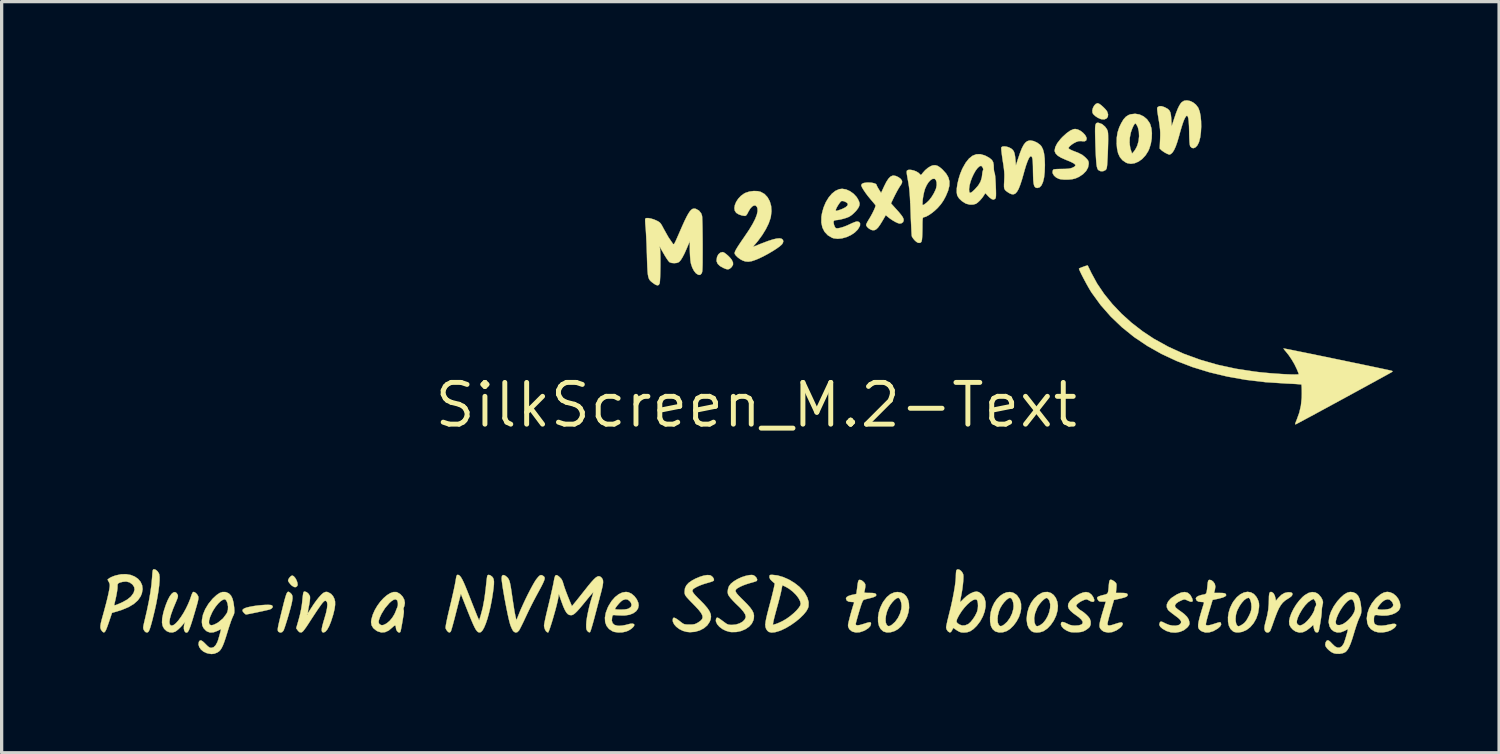
<source format=kicad_pcb>
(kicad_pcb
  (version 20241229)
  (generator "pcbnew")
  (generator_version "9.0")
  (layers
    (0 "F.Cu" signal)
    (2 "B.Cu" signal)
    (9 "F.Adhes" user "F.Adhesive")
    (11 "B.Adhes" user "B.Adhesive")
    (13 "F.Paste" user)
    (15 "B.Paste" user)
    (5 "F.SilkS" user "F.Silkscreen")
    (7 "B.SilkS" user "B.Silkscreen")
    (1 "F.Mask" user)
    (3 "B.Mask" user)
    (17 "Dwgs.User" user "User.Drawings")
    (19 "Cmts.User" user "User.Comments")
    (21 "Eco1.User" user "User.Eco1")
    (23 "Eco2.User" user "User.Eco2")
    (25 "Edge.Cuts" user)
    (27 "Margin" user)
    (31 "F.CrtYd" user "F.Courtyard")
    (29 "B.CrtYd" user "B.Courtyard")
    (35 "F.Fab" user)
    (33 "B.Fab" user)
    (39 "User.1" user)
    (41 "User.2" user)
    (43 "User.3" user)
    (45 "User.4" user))
  (footprint "SilkScreen_M.2-Text"
    (layer "F.Cu")
    (at 19.961 9.277)
    (property "Reference" "SilkScreen_M.2-Text" (at 0 0 0) (layer "F.SilkS") (effects (font (size 1.27 1.27) (thickness 0.15))))
    (attr through_hole)
    (fp_poly (pts (xy -14.076 5.205) (xy -14.032 5.253) (xy -13.993 5.319) (xy -13.965 5.391) (xy -13.954 5.456) (xy -13.963 5.5) (xy -14.006 5.538) (xy -14.062 5.536) (xy -14.13 5.494) (xy -14.161 5.465) (xy -14.208 5.41) (xy -14.239 5.36) (xy -14.245 5.336) (xy -14.231 5.292) (xy -14.197 5.243) (xy -14.155 5.202) (xy -14.118 5.186) (xy -14.076 5.205)) (stroke (width 0.01) (type solid)) (fill yes) (layer "F.SilkS"))
    (fp_poly (pts (xy -0.979 -4.642) (xy -0.922 -4.602) (xy -0.857 -4.547) (xy -0.796 -4.485) (xy -0.748 -4.425) (xy -0.742 -4.415) (xy -0.706 -4.337) (xy -0.706 -4.27) (xy -0.744 -4.207) (xy -0.76 -4.189) (xy -0.81 -4.147) (xy -0.858 -4.131) (xy -0.916 -4.14) (xy -0.995 -4.172) (xy -1.103 -4.232) (xy -1.172 -4.299) (xy -1.204 -4.374) (xy -1.206 -4.408) (xy -1.192 -4.507) (xy -1.152 -4.586) (xy -1.092 -4.639) (xy -1.02 -4.657) (xy -0.979 -4.642)) (stroke (width 0.01) (type solid)) (fill yes) (layer "F.SilkS"))
    (fp_poly (pts (xy 10.432 -9.171) (xy 10.488 -9.133) (xy 10.551 -9.078) (xy 10.612 -9.018) (xy 10.661 -8.96) (xy 10.68 -8.929) (xy 10.707 -8.844) (xy 10.698 -8.772) (xy 10.658 -8.721) (xy 10.592 -8.694) (xy 10.506 -8.699) (xy 10.472 -8.709) (xy 10.391 -8.746) (xy 10.317 -8.796) (xy 10.26 -8.85) (xy 10.234 -8.892) (xy 10.227 -8.964) (xy 10.246 -9.041) (xy 10.283 -9.112) (xy 10.332 -9.164) (xy 10.388 -9.186) (xy 10.393 -9.186) (xy 10.432 -9.171)) (stroke (width 0.01) (type solid)) (fill yes) (layer "F.SilkS"))
    (fp_poly (pts (xy -14.769 6.083) (xy -14.735 6.094) (xy -14.712 6.127) (xy -14.723 6.165) (xy -14.764 6.201) (xy -14.8 6.217) (xy -14.84 6.228) (xy -14.91 6.244) (xy -15.001 6.265) (xy -15.106 6.287) (xy -15.215 6.311) (xy -15.32 6.332) (xy -15.412 6.351) (xy -15.483 6.364) (xy -15.523 6.371) (xy -15.527 6.371) (xy -15.548 6.358) (xy -15.585 6.325) (xy -15.592 6.318) (xy -15.63 6.268) (xy -15.629 6.228) (xy -15.588 6.193) (xy -15.568 6.183) (xy -15.502 6.159) (xy -15.408 6.137) (xy -15.296 6.116) (xy -15.175 6.099) (xy -15.053 6.087) (xy -14.938 6.079) (xy -14.841 6.078) (xy -14.769 6.083)) (stroke (width 0.01) (type solid)) (fill yes) (layer "F.SilkS"))
    (fp_poly (pts (xy -14.207 5.692) (xy -14.179 5.713) (xy -14.175 5.716) (xy -14.134 5.758) (xy -14.113 5.81) (xy -14.11 5.88) (xy -14.124 5.977) (xy -14.139 6.049) (xy -14.165 6.153) (xy -14.198 6.273) (xy -14.234 6.401) (xy -14.272 6.528) (xy -14.309 6.646) (xy -14.342 6.748) (xy -14.369 6.824) (xy -14.385 6.863) (xy -14.427 6.908) (xy -14.481 6.922) (xy -14.532 6.901) (xy -14.537 6.896) (xy -14.55 6.879) (xy -14.558 6.855) (xy -14.559 6.82) (xy -14.553 6.768) (xy -14.539 6.695) (xy -14.516 6.594) (xy -14.484 6.46) (xy -14.456 6.346) (xy -14.409 6.156) (xy -14.371 6.004) (xy -14.339 5.886) (xy -14.313 5.799) (xy -14.291 5.738) (xy -14.27 5.7) (xy -14.251 5.683) (xy -14.23 5.681) (xy -14.207 5.692)) (stroke (width 0.01) (type solid)) (fill yes) (layer "F.SilkS"))
    (fp_poly (pts (xy -18.267 5.014) (xy -18.215 5.06) (xy -18.175 5.123) (xy -18.165 5.152) (xy -18.155 5.231) (xy -18.156 5.345) (xy -18.168 5.489) (xy -18.19 5.657) (xy -18.221 5.846) (xy -18.259 6.049) (xy -18.306 6.261) (xy -18.359 6.476) (xy -18.363 6.495) (xy -18.402 6.642) (xy -18.434 6.752) (xy -18.461 6.831) (xy -18.485 6.882) (xy -18.509 6.909) (xy -18.535 6.918) (xy -18.565 6.913) (xy -18.579 6.907) (xy -18.608 6.882) (xy -18.636 6.84) (xy -18.648 6.809) (xy -18.653 6.774) (xy -18.648 6.725) (xy -18.633 6.652) (xy -18.614 6.572) (xy -18.54 6.253) (xy -18.481 5.968) (xy -18.436 5.71) (xy -18.403 5.472) (xy -18.383 5.249) (xy -18.381 5.223) (xy -18.374 5.122) (xy -18.367 5.057) (xy -18.359 5.019) (xy -18.347 5.001) (xy -18.329 4.996) (xy -18.32 4.995) (xy -18.267 5.014)) (stroke (width 0.01) (type solid)) (fill yes) (layer "F.SilkS"))
    (fp_poly (pts (xy 10.427 -8.587) (xy 10.525 -8.55) (xy 10.613 -8.475) (xy 10.663 -8.407) (xy 10.683 -8.369) (xy 10.697 -8.329) (xy 10.705 -8.278) (xy 10.708 -8.206) (xy 10.709 -8.103) (xy 10.709 -8.075) (xy 10.707 -7.954) (xy 10.703 -7.809) (xy 10.698 -7.656) (xy 10.691 -7.515) (xy 10.69 -7.505) (xy 10.683 -7.382) (xy 10.677 -7.294) (xy 10.669 -7.234) (xy 10.659 -7.195) (xy 10.646 -7.17) (xy 10.628 -7.152) (xy 10.626 -7.15) (xy 10.554 -7.117) (xy 10.475 -7.119) (xy 10.414 -7.15) (xy 10.395 -7.171) (xy 10.38 -7.205) (xy 10.366 -7.254) (xy 10.355 -7.324) (xy 10.346 -7.418) (xy 10.338 -7.54) (xy 10.33 -7.694) (xy 10.323 -7.884) (xy 10.319 -8.025) (xy 10.314 -8.197) (xy 10.312 -8.331) (xy 10.313 -8.432) (xy 10.319 -8.503) (xy 10.331 -8.551) (xy 10.348 -8.578) (xy 10.372 -8.589) (xy 10.405 -8.59) (xy 10.427 -8.587)) (stroke (width 0.01) (type solid)) (fill yes) (layer "F.SilkS"))
    (fp_poly (pts (xy 15.685 5.688) (xy 15.737 5.722) (xy 15.777 5.792) (xy 15.799 5.871) (xy 15.814 5.952) (xy 15.887 5.867) (xy 15.982 5.773) (xy 16.077 5.717) (xy 16.178 5.695) (xy 16.201 5.694) (xy 16.27 5.699) (xy 16.305 5.716) (xy 16.313 5.728) (xy 16.316 5.77) (xy 16.29 5.812) (xy 16.23 5.86) (xy 16.167 5.899) (xy 16.089 5.951) (xy 16.022 6.012) (xy 15.962 6.088) (xy 15.905 6.185) (xy 15.849 6.309) (xy 15.789 6.464) (xy 15.75 6.572) (xy 15.715 6.673) (xy 15.682 6.764) (xy 15.655 6.833) (xy 15.639 6.873) (xy 15.638 6.874) (xy 15.6 6.911) (xy 15.55 6.921) (xy 15.504 6.901) (xy 15.499 6.895) (xy 15.472 6.849) (xy 15.463 6.792) (xy 15.47 6.716) (xy 15.495 6.612) (xy 15.502 6.588) (xy 15.551 6.395) (xy 15.582 6.221) (xy 15.597 6.045) (xy 15.6 5.926) (xy 15.602 5.816) (xy 15.611 5.742) (xy 15.627 5.7) (xy 15.654 5.685) (xy 15.685 5.688)) (stroke (width 0.01) (type solid)) (fill yes) (layer "F.SilkS"))
    (fp_poly (pts (xy 4.409 5.703) (xy 4.501 5.752) (xy 4.572 5.827) (xy 4.621 5.925) (xy 4.647 6.041) (xy 4.652 6.169) (xy 4.632 6.305) (xy 4.589 6.444) (xy 4.522 6.58) (xy 4.43 6.709) (xy 4.409 6.732) (xy 4.312 6.818) (xy 4.201 6.879) (xy 4.085 6.913) (xy 3.974 6.918) (xy 3.877 6.89) (xy 3.861 6.881) (xy 3.786 6.812) (xy 3.735 6.714) (xy 3.709 6.595) (xy 3.708 6.519) (xy 3.935 6.519) (xy 3.942 6.615) (xy 3.966 6.678) (xy 4.001 6.718) (xy 4.039 6.727) (xy 4.092 6.707) (xy 4.129 6.683) (xy 4.227 6.595) (xy 4.312 6.478) (xy 4.377 6.343) (xy 4.416 6.204) (xy 4.424 6.114) (xy 4.416 6.027) (xy 4.394 5.95) (xy 4.364 5.892) (xy 4.328 5.864) (xy 4.319 5.863) (xy 4.268 5.881) (xy 4.206 5.929) (xy 4.139 6) (xy 4.075 6.086) (xy 4.028 6.167) (xy 3.979 6.285) (xy 3.948 6.406) (xy 3.935 6.519) (xy 3.708 6.519) (xy 3.707 6.459) (xy 3.728 6.314) (xy 3.774 6.166) (xy 3.843 6.022) (xy 3.871 5.976) (xy 3.973 5.843) (xy 4.083 5.751) (xy 4.202 5.7) (xy 4.296 5.687) (xy 4.409 5.703)) (stroke (width 0.01) (type solid)) (fill yes) (layer "F.SilkS"))
    (fp_poly (pts (xy 7.819 5.708) (xy 7.911 5.766) (xy 7.944 5.798) (xy 8.02 5.913) (xy 8.059 6.047) (xy 8.06 6.201) (xy 8.042 6.305) (xy 7.994 6.449) (xy 7.919 6.588) (xy 7.826 6.712) (xy 7.721 6.813) (xy 7.615 6.879) (xy 7.502 6.914) (xy 7.388 6.918) (xy 7.288 6.891) (xy 7.264 6.879) (xy 7.19 6.813) (xy 7.142 6.719) (xy 7.118 6.595) (xy 7.117 6.516) (xy 7.343 6.516) (xy 7.35 6.612) (xy 7.375 6.678) (xy 7.409 6.718) (xy 7.448 6.727) (xy 7.5 6.706) (xy 7.537 6.683) (xy 7.635 6.595) (xy 7.72 6.478) (xy 7.785 6.343) (xy 7.824 6.204) (xy 7.832 6.114) (xy 7.823 6.023) (xy 7.8 5.944) (xy 7.768 5.888) (xy 7.729 5.864) (xy 7.723 5.863) (xy 7.675 5.88) (xy 7.614 5.927) (xy 7.548 5.995) (xy 7.485 6.076) (xy 7.432 6.163) (xy 7.424 6.177) (xy 7.381 6.287) (xy 7.353 6.404) (xy 7.343 6.516) (xy 7.117 6.516) (xy 7.116 6.457) (xy 7.137 6.298) (xy 7.181 6.151) (xy 7.244 6.019) (xy 7.323 5.904) (xy 7.414 5.811) (xy 7.513 5.742) (xy 7.616 5.699) (xy 7.719 5.687) (xy 7.819 5.708)) (stroke (width 0.01) (type solid)) (fill yes) (layer "F.SilkS"))
    (fp_poly (pts (xy 8.967 5.717) (xy 9.051 5.779) (xy 9.117 5.869) (xy 9.161 5.98) (xy 9.18 6.108) (xy 9.169 6.248) (xy 9.169 6.25) (xy 9.125 6.406) (xy 9.055 6.555) (xy 8.964 6.688) (xy 8.859 6.798) (xy 8.746 6.875) (xy 8.732 6.882) (xy 8.634 6.912) (xy 8.532 6.921) (xy 8.439 6.908) (xy 8.374 6.877) (xy 8.297 6.793) (xy 8.25 6.683) (xy 8.231 6.543) (xy 8.23 6.499) (xy 8.232 6.479) (xy 8.458 6.479) (xy 8.467 6.609) (xy 8.493 6.683) (xy 8.522 6.721) (xy 8.563 6.728) (xy 8.626 6.704) (xy 8.634 6.7) (xy 8.723 6.635) (xy 8.801 6.541) (xy 8.867 6.427) (xy 8.915 6.303) (xy 8.943 6.178) (xy 8.947 6.061) (xy 8.924 5.961) (xy 8.918 5.948) (xy 8.884 5.898) (xy 8.85 5.869) (xy 8.843 5.867) (xy 8.802 5.878) (xy 8.747 5.918) (xy 8.685 5.978) (xy 8.623 6.052) (xy 8.571 6.131) (xy 8.551 6.167) (xy 8.486 6.332) (xy 8.458 6.479) (xy 8.232 6.479) (xy 8.247 6.329) (xy 8.293 6.166) (xy 8.364 6.017) (xy 8.457 5.888) (xy 8.566 5.785) (xy 8.688 5.715) (xy 8.759 5.692) (xy 8.869 5.686) (xy 8.967 5.717)) (stroke (width 0.01) (type solid)) (fill yes) (layer "F.SilkS"))
    (fp_poly (pts (xy 11.664 -8.843) (xy 11.787 -8.785) (xy 11.893 -8.696) (xy 11.974 -8.579) (xy 11.987 -8.552) (xy 12.025 -8.426) (xy 12.04 -8.277) (xy 12.034 -8.115) (xy 12.008 -7.953) (xy 11.961 -7.802) (xy 11.93 -7.731) (xy 11.846 -7.599) (xy 11.746 -7.491) (xy 11.635 -7.411) (xy 11.518 -7.361) (xy 11.401 -7.343) (xy 11.291 -7.362) (xy 11.25 -7.38) (xy 11.145 -7.452) (xy 11.067 -7.545) (xy 11.012 -7.663) (xy 10.98 -7.812) (xy 10.969 -7.948) (xy 10.969 -7.965) (xy 11.361 -7.965) (xy 11.383 -7.815) (xy 11.397 -7.77) (xy 11.436 -7.655) (xy 11.494 -7.72) (xy 11.534 -7.776) (xy 11.576 -7.853) (xy 11.6 -7.909) (xy 11.636 -8.04) (xy 11.651 -8.183) (xy 11.644 -8.322) (xy 11.616 -8.444) (xy 11.605 -8.472) (xy 11.575 -8.529) (xy 11.549 -8.565) (xy 11.537 -8.572) (xy 11.512 -8.553) (xy 11.48 -8.501) (xy 11.445 -8.425) (xy 11.411 -8.331) (xy 11.397 -8.287) (xy 11.366 -8.128) (xy 11.361 -7.965) (xy 10.969 -7.965) (xy 10.971 -8.133) (xy 10.996 -8.297) (xy 11.048 -8.455) (xy 11.107 -8.578) (xy 11.176 -8.694) (xy 11.248 -8.774) (xy 11.329 -8.826) (xy 11.394 -8.849) (xy 11.53 -8.865) (xy 11.664 -8.843)) (stroke (width 0.01) (type solid)) (fill yes) (layer "F.SilkS"))
    (fp_poly (pts (xy 15.053 5.698) (xy 15.145 5.75) (xy 15.221 5.837) (xy 15.255 5.899) (xy 15.285 5.971) (xy 15.299 6.033) (xy 15.302 6.105) (xy 15.298 6.167) (xy 15.27 6.338) (xy 15.214 6.496) (xy 15.134 6.637) (xy 15.034 6.754) (xy 14.918 6.843) (xy 14.79 6.899) (xy 14.693 6.916) (xy 14.607 6.916) (xy 14.545 6.902) (xy 14.508 6.883) (xy 14.434 6.813) (xy 14.384 6.714) (xy 14.358 6.594) (xy 14.356 6.476) (xy 14.587 6.476) (xy 14.589 6.569) (xy 14.604 6.648) (xy 14.631 6.705) (xy 14.669 6.73) (xy 14.676 6.731) (xy 14.709 6.721) (xy 14.759 6.695) (xy 14.772 6.687) (xy 14.835 6.644) (xy 14.885 6.593) (xy 14.933 6.525) (xy 14.984 6.43) (xy 14.998 6.404) (xy 15.04 6.31) (xy 15.062 6.233) (xy 15.07 6.155) (xy 15.071 6.133) (xy 15.064 6.041) (xy 15.046 5.96) (xy 15.021 5.898) (xy 14.991 5.866) (xy 14.98 5.863) (xy 14.918 5.882) (xy 14.848 5.934) (xy 14.776 6.014) (xy 14.708 6.113) (xy 14.649 6.225) (xy 14.626 6.281) (xy 14.599 6.377) (xy 14.587 6.476) (xy 14.356 6.476) (xy 14.355 6.458) (xy 14.376 6.314) (xy 14.42 6.169) (xy 14.488 6.028) (xy 14.526 5.967) (xy 14.626 5.844) (xy 14.733 5.756) (xy 14.843 5.702) (xy 14.951 5.682) (xy 15.053 5.698)) (stroke (width 0.01) (type solid)) (fill yes) (layer "F.SilkS"))
    (fp_poly (pts (xy 13.127 5.709) (xy 13.199 5.767) (xy 13.224 5.803) (xy 13.269 5.89) (xy 13.283 5.949) (xy 13.267 5.981) (xy 13.22 5.983) (xy 13.144 5.955) (xy 13.131 5.949) (xy 13.073 5.922) (xy 13.032 5.913) (xy 12.99 5.921) (xy 12.949 5.937) (xy 12.841 5.989) (xy 12.771 6.043) (xy 12.743 6.098) (xy 12.742 6.107) (xy 12.751 6.139) (xy 12.78 6.174) (xy 12.835 6.219) (xy 12.9 6.265) (xy 13.022 6.356) (xy 13.107 6.44) (xy 13.159 6.523) (xy 13.181 6.6) (xy 13.184 6.654) (xy 13.171 6.696) (xy 13.137 6.743) (xy 13.114 6.769) (xy 13.016 6.848) (xy 12.894 6.9) (xy 12.759 6.923) (xy 12.62 6.915) (xy 12.489 6.875) (xy 12.478 6.87) (xy 12.365 6.806) (xy 12.295 6.744) (xy 12.265 6.684) (xy 12.277 6.625) (xy 12.277 6.625) (xy 12.294 6.598) (xy 12.315 6.587) (xy 12.348 6.593) (xy 12.403 6.618) (xy 12.457 6.646) (xy 12.56 6.688) (xy 12.669 6.71) (xy 12.772 6.711) (xy 12.856 6.692) (xy 12.891 6.671) (xy 12.926 6.63) (xy 12.929 6.584) (xy 12.898 6.532) (xy 12.832 6.469) (xy 12.742 6.402) (xy 12.664 6.344) (xy 12.595 6.289) (xy 12.545 6.245) (xy 12.531 6.229) (xy 12.494 6.151) (xy 12.495 6.065) (xy 12.534 5.978) (xy 12.608 5.892) (xy 12.662 5.849) (xy 12.806 5.758) (xy 12.932 5.704) (xy 13.038 5.688) (xy 13.127 5.709)) (stroke (width 0.01) (type solid)) (fill yes) (layer "F.SilkS"))
    (fp_poly (pts (xy -17.094 5.691) (xy -17.047 5.722) (xy -17.005 5.771) (xy -16.98 5.817) (xy -16.973 5.852) (xy -16.976 5.9) (xy -16.989 5.968) (xy -17.015 6.065) (xy -17.03 6.118) (xy -17.091 6.327) (xy -17.142 6.498) (xy -17.185 6.634) (xy -17.221 6.74) (xy -17.251 6.818) (xy -17.276 6.872) (xy -17.3 6.905) (xy -17.321 6.921) (xy -17.343 6.922) (xy -17.367 6.912) (xy -17.373 6.909) (xy -17.401 6.869) (xy -17.416 6.803) (xy -17.414 6.724) (xy -17.4 6.66) (xy -17.377 6.593) (xy -17.434 6.665) (xy -17.501 6.741) (xy -17.577 6.815) (xy -17.648 6.873) (xy -17.681 6.894) (xy -17.764 6.919) (xy -17.857 6.912) (xy -17.941 6.876) (xy -17.943 6.874) (xy -18.016 6.806) (xy -18.062 6.721) (xy -18.081 6.617) (xy -18.075 6.488) (xy -18.043 6.33) (xy -18.023 6.256) (xy -17.967 6.084) (xy -17.909 5.94) (xy -17.85 5.826) (xy -17.792 5.746) (xy -17.736 5.7) (xy -17.685 5.69) (xy -17.638 5.718) (xy -17.606 5.769) (xy -17.597 5.8) (xy -17.6 5.838) (xy -17.617 5.893) (xy -17.65 5.973) (xy -17.659 5.995) (xy -17.744 6.197) (xy -17.805 6.365) (xy -17.842 6.498) (xy -17.856 6.599) (xy -17.847 6.667) (xy -17.815 6.703) (xy -17.781 6.71) (xy -17.726 6.691) (xy -17.659 6.638) (xy -17.585 6.556) (xy -17.507 6.45) (xy -17.428 6.327) (xy -17.353 6.191) (xy -17.284 6.047) (xy -17.225 5.903) (xy -17.196 5.816) (xy -17.172 5.75) (xy -17.148 5.702) (xy -17.132 5.685) (xy -17.094 5.691)) (stroke (width 0.01) (type solid)) (fill yes) (layer "F.SilkS"))
    (fp_poly (pts (xy 9.784 -8.387) (xy 9.867 -8.346) (xy 9.945 -8.286) (xy 10.009 -8.217) (xy 10.047 -8.147) (xy 10.054 -8.108) (xy 10.041 -8.055) (xy 9.998 -8.029) (xy 9.925 -8.029) (xy 9.899 -8.034) (xy 9.814 -8.033) (xy 9.734 -8.006) (xy 9.659 -7.967) (xy 9.59 -7.92) (xy 9.536 -7.873) (xy 9.507 -7.834) (xy 9.504 -7.822) (xy 9.516 -7.802) (xy 9.556 -7.776) (xy 9.627 -7.743) (xy 9.733 -7.702) (xy 9.79 -7.681) (xy 9.926 -7.611) (xy 10.017 -7.535) (xy 10.072 -7.478) (xy 10.103 -7.434) (xy 10.115 -7.39) (xy 10.118 -7.341) (xy 10.097 -7.231) (xy 10.039 -7.125) (xy 9.946 -7.029) (xy 9.824 -6.947) (xy 9.718 -6.899) (xy 9.621 -6.875) (xy 9.502 -6.862) (xy 9.377 -6.861) (xy 9.265 -6.872) (xy 9.211 -6.885) (xy 9.128 -6.925) (xy 9.062 -6.984) (xy 9.023 -7.05) (xy 9.017 -7.087) (xy 9.025 -7.139) (xy 9.043 -7.169) (xy 9.074 -7.176) (xy 9.138 -7.182) (xy 9.224 -7.185) (xy 9.303 -7.186) (xy 9.423 -7.188) (xy 9.51 -7.195) (xy 9.577 -7.208) (xy 9.626 -7.226) (xy 9.684 -7.256) (xy 9.712 -7.286) (xy 9.707 -7.317) (xy 9.668 -7.352) (xy 9.593 -7.392) (xy 9.48 -7.441) (xy 9.426 -7.462) (xy 9.281 -7.526) (xy 9.176 -7.59) (xy 9.111 -7.657) (xy 9.082 -7.726) (xy 9.081 -7.748) (xy 9.101 -7.852) (xy 9.16 -7.968) (xy 9.259 -8.095) (xy 9.322 -8.162) (xy 9.446 -8.275) (xy 9.556 -8.353) (xy 9.652 -8.395) (xy 9.705 -8.403) (xy 9.784 -8.387)) (stroke (width 0.01) (type solid)) (fill yes) (layer "F.SilkS"))
    (fp_poly (pts (xy -7.658 5.179) (xy -7.625 5.2) (xy -7.585 5.232) (xy -7.554 5.265) (xy -7.529 5.305) (xy -7.507 5.358) (xy -7.489 5.429) (xy -7.47 5.526) (xy -7.45 5.654) (xy -7.429 5.799) (xy -7.408 5.943) (xy -7.386 6.084) (xy -7.366 6.211) (xy -7.348 6.316) (xy -7.333 6.39) (xy -7.331 6.4) (xy -7.297 6.548) (xy -7.205 6.317) (xy -7.153 6.193) (xy -7.09 6.054) (xy -7.021 5.907) (xy -6.949 5.76) (xy -6.877 5.62) (xy -6.81 5.495) (xy -6.751 5.392) (xy -6.704 5.318) (xy -6.694 5.304) (xy -6.634 5.229) (xy -6.588 5.186) (xy -6.551 5.171) (xy -6.514 5.179) (xy -6.49 5.193) (xy -6.463 5.212) (xy -6.445 5.233) (xy -6.437 5.259) (xy -6.44 5.296) (xy -6.457 5.346) (xy -6.487 5.416) (xy -6.533 5.509) (xy -6.597 5.629) (xy -6.679 5.78) (xy -6.701 5.821) (xy -6.766 5.944) (xy -6.841 6.09) (xy -6.918 6.245) (xy -6.989 6.394) (xy -7.017 6.453) (xy -7.071 6.57) (xy -7.123 6.676) (xy -7.168 6.766) (xy -7.202 6.831) (xy -7.22 6.861) (xy -7.273 6.911) (xy -7.329 6.92) (xy -7.382 6.888) (xy -7.409 6.853) (xy -7.442 6.788) (xy -7.475 6.71) (xy -7.482 6.689) (xy -7.505 6.61) (xy -7.532 6.5) (xy -7.562 6.365) (xy -7.593 6.213) (xy -7.625 6.051) (xy -7.656 5.886) (xy -7.684 5.725) (xy -7.709 5.576) (xy -7.728 5.446) (xy -7.742 5.342) (xy -7.747 5.271) (xy -7.747 5.265) (xy -7.737 5.199) (xy -7.706 5.17) (xy -7.658 5.179)) (stroke (width 0.01) (type solid)) (fill yes) (layer "F.SilkS"))
    (fp_poly (pts (xy 10.126 5.708) (xy 10.204 5.768) (xy 10.257 5.846) (xy 10.286 5.921) (xy 10.282 5.968) (xy 10.25 5.987) (xy 10.19 5.976) (xy 10.129 5.945) (xy 10.08 5.919) (xy 10.044 5.911) (xy 10 5.921) (xy 9.957 5.937) (xy 9.882 5.972) (xy 9.813 6.016) (xy 9.762 6.061) (xy 9.737 6.099) (xy 9.737 6.105) (xy 9.753 6.137) (xy 9.793 6.182) (xy 9.846 6.228) (xy 9.901 6.263) (xy 9.903 6.264) (xy 9.965 6.306) (xy 10.036 6.367) (xy 10.101 6.433) (xy 10.146 6.492) (xy 10.151 6.501) (xy 10.177 6.584) (xy 10.177 6.671) (xy 10.151 6.744) (xy 10.148 6.747) (xy 10.111 6.785) (xy 10.053 6.829) (xy 10.019 6.851) (xy 9.953 6.884) (xy 9.885 6.903) (xy 9.798 6.912) (xy 9.76 6.914) (xy 9.674 6.915) (xy 9.598 6.911) (xy 9.548 6.903) (xy 9.545 6.903) (xy 9.44 6.858) (xy 9.354 6.801) (xy 9.296 6.737) (xy 9.271 6.674) (xy 9.271 6.666) (xy 9.281 6.617) (xy 9.314 6.598) (xy 9.371 6.608) (xy 9.455 6.647) (xy 9.544 6.688) (xy 9.626 6.706) (xy 9.696 6.71) (xy 9.814 6.702) (xy 9.894 6.678) (xy 9.933 6.639) (xy 9.933 6.588) (xy 9.893 6.526) (xy 9.813 6.453) (xy 9.763 6.417) (xy 9.643 6.33) (xy 9.559 6.255) (xy 9.508 6.187) (xy 9.488 6.122) (xy 9.495 6.057) (xy 9.504 6.031) (xy 9.553 5.956) (xy 9.632 5.878) (xy 9.731 5.806) (xy 9.838 5.745) (xy 9.943 5.704) (xy 10.034 5.688) (xy 10.035 5.688) (xy 10.126 5.708)) (stroke (width 0.01) (type solid)) (fill yes) (layer "F.SilkS"))
    (fp_poly (pts (xy 19.287 5.695) (xy 19.385 5.738) (xy 19.469 5.807) (xy 19.535 5.892) (xy 19.58 5.987) (xy 19.6 6.083) (xy 19.592 6.173) (xy 19.551 6.249) (xy 19.547 6.253) (xy 19.454 6.324) (xy 19.333 6.375) (xy 19.19 6.403) (xy 19.037 6.406) (xy 18.955 6.396) (xy 18.876 6.386) (xy 18.829 6.392) (xy 18.805 6.421) (xy 18.797 6.481) (xy 18.796 6.535) (xy 18.799 6.604) (xy 18.812 6.645) (xy 18.839 6.673) (xy 18.849 6.68) (xy 18.922 6.706) (xy 19.025 6.713) (xy 19.151 6.7) (xy 19.259 6.677) (xy 19.362 6.657) (xy 19.433 6.656) (xy 19.471 6.674) (xy 19.473 6.71) (xy 19.438 6.761) (xy 19.415 6.783) (xy 19.317 6.849) (xy 19.195 6.895) (xy 19.062 6.917) (xy 18.931 6.915) (xy 18.815 6.885) (xy 18.807 6.881) (xy 18.702 6.815) (xy 18.631 6.726) (xy 18.595 6.631) (xy 18.579 6.49) (xy 18.599 6.338) (xy 18.647 6.195) (xy 18.902 6.195) (xy 18.921 6.212) (xy 18.971 6.222) (xy 19.042 6.225) (xy 19.122 6.222) (xy 19.202 6.213) (xy 19.27 6.199) (xy 19.304 6.186) (xy 19.365 6.139) (xy 19.386 6.082) (xy 19.365 6.014) (xy 19.335 5.972) (xy 19.274 5.92) (xy 19.206 5.908) (xy 19.128 5.934) (xy 19.101 5.949) (xy 19.05 5.989) (xy 18.995 6.046) (xy 18.946 6.108) (xy 18.912 6.163) (xy 18.902 6.195) (xy 18.647 6.195) (xy 18.651 6.183) (xy 18.733 6.033) (xy 18.841 5.895) (xy 18.889 5.848) (xy 19.001 5.756) (xy 19.103 5.702) (xy 19.2 5.683) (xy 19.287 5.695)) (stroke (width 0.01) (type solid)) (fill yes) (layer "F.SilkS"))
    (fp_poly (pts (xy -10.949 5.689) (xy -10.929 5.695) (xy -10.833 5.75) (xy -10.759 5.828) (xy -10.71 5.921) (xy -10.691 6.02) (xy -10.707 6.115) (xy -10.719 6.141) (xy -10.734 6.19) (xy -10.731 6.224) (xy -10.722 6.262) (xy -10.724 6.319) (xy -10.725 6.327) (xy -10.739 6.423) (xy -10.756 6.528) (xy -10.774 6.635) (xy -10.792 6.735) (xy -10.808 6.818) (xy -10.821 6.877) (xy -10.828 6.902) (xy -10.858 6.922) (xy -10.894 6.91) (xy -10.93 6.875) (xy -10.956 6.823) (xy -10.964 6.77) (xy -10.971 6.719) (xy -10.992 6.704) (xy -11.03 6.726) (xy -11.072 6.765) (xy -11.182 6.858) (xy -11.293 6.909) (xy -11.406 6.918) (xy -11.517 6.885) (xy -11.56 6.861) (xy -11.652 6.786) (xy -11.704 6.699) (xy -11.718 6.604) (xy -11.491 6.604) (xy -11.479 6.646) (xy -11.447 6.677) (xy -11.401 6.697) (xy -11.35 6.693) (xy -11.283 6.663) (xy -11.234 6.633) (xy -11.153 6.564) (xy -11.073 6.468) (xy -11.007 6.36) (xy -10.975 6.287) (xy -10.95 6.221) (xy -10.928 6.168) (xy -10.921 6.154) (xy -10.904 6.093) (xy -10.904 6.018) (xy -10.92 5.953) (xy -10.929 5.938) (xy -10.971 5.91) (xy -11.029 5.921) (xy -11.104 5.969) (xy -11.167 6.027) (xy -11.297 6.18) (xy -11.403 6.351) (xy -11.451 6.455) (xy -11.482 6.543) (xy -11.491 6.604) (xy -11.718 6.604) (xy -11.719 6.597) (xy -11.709 6.52) (xy -11.668 6.377) (xy -11.606 6.236) (xy -11.527 6.102) (xy -11.436 5.979) (xy -11.337 5.871) (xy -11.235 5.784) (xy -11.133 5.721) (xy -11.036 5.688) (xy -10.949 5.689)) (stroke (width 0.01) (type solid)) (fill yes) (layer "F.SilkS"))
    (fp_poly (pts (xy -19.033 5.169) (xy -18.911 5.218) (xy -18.81 5.288) (xy -18.734 5.377) (xy -18.687 5.482) (xy -18.672 5.6) (xy -18.694 5.726) (xy -18.731 5.818) (xy -18.816 5.941) (xy -18.94 6.051) (xy -19.102 6.147) (xy -19.304 6.231) (xy -19.438 6.274) (xy -19.603 6.322) (xy -19.702 6.616) (xy -19.747 6.744) (xy -19.782 6.834) (xy -19.813 6.89) (xy -19.84 6.915) (xy -19.868 6.913) (xy -19.898 6.887) (xy -19.915 6.867) (xy -19.942 6.824) (xy -19.956 6.774) (xy -19.955 6.71) (xy -19.94 6.624) (xy -19.911 6.509) (xy -19.896 6.456) (xy -19.846 6.275) (xy -19.798 6.095) (xy -19.794 6.082) (xy -19.535 6.082) (xy -19.522 6.092) (xy -19.492 6.085) (xy -19.448 6.069) (xy -19.38 6.041) (xy -19.302 6.006) (xy -19.293 6.002) (xy -19.14 5.918) (xy -19.025 5.824) (xy -18.95 5.721) (xy -18.942 5.703) (xy -18.916 5.614) (xy -18.928 5.536) (xy -18.978 5.46) (xy -18.983 5.456) (xy -19.068 5.394) (xy -19.172 5.368) (xy -19.279 5.378) (xy -19.361 5.399) (xy -19.409 5.421) (xy -19.431 5.452) (xy -19.435 5.499) (xy -19.434 5.518) (xy -19.437 5.58) (xy -19.45 5.675) (xy -19.471 5.793) (xy -19.5 5.928) (xy -19.527 6.04) (xy -19.535 6.082) (xy -19.794 6.082) (xy -19.754 5.924) (xy -19.718 5.771) (xy -19.692 5.646) (xy -19.684 5.602) (xy -19.672 5.522) (xy -19.67 5.468) (xy -19.679 5.426) (xy -19.698 5.384) (xy -19.738 5.31) (xy -19.688 5.269) (xy -19.642 5.242) (xy -19.571 5.211) (xy -19.49 5.183) (xy -19.326 5.148) (xy -19.172 5.145) (xy -19.033 5.169)) (stroke (width 0.01) (type solid)) (fill yes) (layer "F.SilkS"))
    (fp_poly (pts (xy -3.891 5.695) (xy -3.793 5.74) (xy -3.704 5.816) (xy -3.633 5.912) (xy -3.588 6.016) (xy -3.577 6.094) (xy -3.597 6.189) (xy -3.653 6.27) (xy -3.741 6.334) (xy -3.855 6.379) (xy -3.992 6.4) (xy -4.029 6.401) (xy -4.122 6.4) (xy -4.213 6.397) (xy -4.275 6.392) (xy -4.333 6.387) (xy -4.363 6.395) (xy -4.378 6.424) (xy -4.385 6.456) (xy -4.394 6.559) (xy -4.369 6.637) (xy -4.311 6.689) (xy -4.22 6.714) (xy -4.159 6.716) (xy -4.07 6.708) (xy -3.974 6.69) (xy -3.936 6.68) (xy -3.834 6.654) (xy -3.764 6.649) (xy -3.723 6.663) (xy -3.71 6.682) (xy -3.717 6.719) (xy -3.754 6.765) (xy -3.813 6.815) (xy -3.885 6.859) (xy -3.953 6.888) (xy -4.073 6.915) (xy -4.2 6.919) (xy -4.318 6.901) (xy -4.372 6.882) (xy -4.479 6.812) (xy -4.554 6.718) (xy -4.596 6.603) (xy -4.604 6.47) (xy -4.578 6.321) (xy -4.535 6.207) (xy -4.296 6.207) (xy -4.277 6.214) (xy -4.225 6.22) (xy -4.151 6.223) (xy -4.122 6.223) (xy -4.005 6.218) (xy -3.921 6.204) (xy -3.873 6.186) (xy -3.812 6.139) (xy -3.792 6.082) (xy -3.812 6.014) (xy -3.843 5.972) (xy -3.906 5.92) (xy -3.976 5.907) (xy -4.057 5.934) (xy -4.079 5.947) (xy -4.121 5.981) (xy -4.172 6.033) (xy -4.224 6.093) (xy -4.267 6.15) (xy -4.293 6.194) (xy -4.296 6.207) (xy -4.535 6.207) (xy -4.517 6.16) (xy -4.491 6.108) (xy -4.401 5.962) (xy -4.298 5.844) (xy -4.188 5.757) (xy -4.075 5.703) (xy -3.963 5.685) (xy -3.891 5.695)) (stroke (width 0.01) (type solid)) (fill yes) (layer "F.SilkS"))
    (fp_poly (pts (xy 13.85 5.329) (xy 13.907 5.373) (xy 13.955 5.442) (xy 13.971 5.523) (xy 13.956 5.626) (xy 13.95 5.646) (xy 13.931 5.715) (xy 14.096 5.715) (xy 14.188 5.717) (xy 14.247 5.725) (xy 14.281 5.741) (xy 14.29 5.749) (xy 14.301 5.786) (xy 14.271 5.821) (xy 14.2 5.854) (xy 14.087 5.885) (xy 14.059 5.892) (xy 13.887 5.928) (xy 13.835 6.102) (xy 13.781 6.28) (xy 13.74 6.422) (xy 13.711 6.53) (xy 13.692 6.607) (xy 13.683 6.657) (xy 13.683 6.684) (xy 13.684 6.685) (xy 13.709 6.702) (xy 13.766 6.701) (xy 13.856 6.681) (xy 13.981 6.641) (xy 13.987 6.639) (xy 14.061 6.616) (xy 14.105 6.607) (xy 14.129 6.613) (xy 14.137 6.622) (xy 14.148 6.675) (xy 14.116 6.735) (xy 14.045 6.799) (xy 14.04 6.802) (xy 13.912 6.876) (xy 13.787 6.915) (xy 13.67 6.92) (xy 13.567 6.888) (xy 13.553 6.88) (xy 13.511 6.852) (xy 13.48 6.822) (xy 13.458 6.786) (xy 13.448 6.74) (xy 13.449 6.678) (xy 13.461 6.598) (xy 13.485 6.493) (xy 13.521 6.361) (xy 13.57 6.197) (xy 13.623 6.027) (xy 13.624 6.004) (xy 13.602 5.993) (xy 13.548 5.99) (xy 13.539 5.99) (xy 13.452 5.978) (xy 13.398 5.942) (xy 13.377 5.885) (xy 13.377 5.882) (xy 13.398 5.843) (xy 13.454 5.808) (xy 13.541 5.779) (xy 13.608 5.766) (xy 13.647 5.758) (xy 13.676 5.745) (xy 13.695 5.72) (xy 13.708 5.676) (xy 13.719 5.605) (xy 13.73 5.5) (xy 13.733 5.472) (xy 13.742 5.393) (xy 13.753 5.348) (xy 13.769 5.325) (xy 13.794 5.317) (xy 13.796 5.317) (xy 13.85 5.329)) (stroke (width 0.01) (type solid)) (fill yes) (layer "F.SilkS"))
    (fp_poly (pts (xy 17.018 5.702) (xy 17.11 5.755) (xy 17.187 5.846) (xy 17.221 5.909) (xy 17.244 5.971) (xy 17.246 6.022) (xy 17.232 6.082) (xy 17.216 6.161) (xy 17.208 6.243) (xy 17.208 6.255) (xy 17.206 6.313) (xy 17.198 6.398) (xy 17.185 6.497) (xy 17.176 6.551) (xy 17.155 6.681) (xy 17.138 6.776) (xy 17.125 6.84) (xy 17.113 6.88) (xy 17.1 6.903) (xy 17.086 6.913) (xy 17.067 6.917) (xy 17.066 6.917) (xy 17.025 6.91) (xy 16.994 6.871) (xy 16.97 6.796) (xy 16.965 6.767) (xy 16.95 6.688) (xy 16.859 6.771) (xy 16.743 6.861) (xy 16.634 6.911) (xy 16.528 6.921) (xy 16.423 6.893) (xy 16.409 6.886) (xy 16.33 6.832) (xy 16.264 6.759) (xy 16.224 6.682) (xy 16.221 6.672) (xy 16.216 6.578) (xy 16.217 6.569) (xy 16.45 6.569) (xy 16.452 6.636) (xy 16.482 6.68) (xy 16.54 6.707) (xy 16.548 6.708) (xy 16.569 6.702) (xy 16.614 6.684) (xy 16.622 6.681) (xy 16.69 6.638) (xy 16.766 6.568) (xy 16.841 6.481) (xy 16.908 6.387) (xy 16.961 6.294) (xy 16.992 6.213) (xy 16.997 6.177) (xy 17.008 6.138) (xy 17.018 6.128) (xy 17.037 6.094) (xy 17.037 6.04) (xy 17.02 5.981) (xy 16.998 5.945) (xy 16.958 5.895) (xy 16.88 5.937) (xy 16.791 6.001) (xy 16.699 6.098) (xy 16.61 6.22) (xy 16.53 6.358) (xy 16.476 6.478) (xy 16.45 6.569) (xy 16.217 6.569) (xy 16.238 6.464) (xy 16.284 6.336) (xy 16.35 6.202) (xy 16.431 6.069) (xy 16.525 5.946) (xy 16.626 5.838) (xy 16.69 5.784) (xy 16.805 5.716) (xy 16.915 5.689) (xy 17.018 5.702)) (stroke (width 0.01) (type solid)) (fill yes) (layer "F.SilkS"))
    (fp_poly (pts (xy 0.05 -6.51) (xy 0.136 -6.489) (xy 0.252 -6.424) (xy 0.344 -6.326) (xy 0.412 -6.203) (xy 0.453 -6.06) (xy 0.464 -5.902) (xy 0.445 -5.734) (xy 0.434 -5.688) (xy 0.379 -5.528) (xy 0.293 -5.354) (xy 0.183 -5.174) (xy 0.054 -4.998) (xy -0.002 -4.931) (xy -0.103 -4.813) (xy 0.176 -4.924) (xy 0.359 -4.993) (xy 0.507 -5.041) (xy 0.624 -5.068) (xy 0.711 -5.075) (xy 0.771 -5.063) (xy 0.815 -5.025) (xy 0.823 -4.971) (xy 0.796 -4.909) (xy 0.778 -4.887) (xy 0.714 -4.83) (xy 0.62 -4.762) (xy 0.504 -4.688) (xy 0.374 -4.611) (xy 0.238 -4.538) (xy 0.104 -4.472) (xy -0.004 -4.425) (xy -0.133 -4.381) (xy -0.238 -4.364) (xy -0.332 -4.372) (xy -0.414 -4.4) (xy -0.491 -4.443) (xy -0.563 -4.496) (xy -0.619 -4.551) (xy -0.652 -4.599) (xy -0.656 -4.618) (xy -0.653 -4.647) (xy -0.64 -4.684) (xy -0.615 -4.733) (xy -0.576 -4.799) (xy -0.52 -4.885) (xy -0.445 -4.997) (xy -0.357 -5.125) (xy -0.218 -5.331) (xy -0.11 -5.51) (xy -0.031 -5.664) (xy 0.019 -5.793) (xy 0.042 -5.901) (xy 0.038 -5.987) (xy 0.02 -6.034) (xy -0.018 -6.072) (xy -0.067 -6.074) (xy -0.123 -6.044) (xy -0.18 -5.983) (xy -0.233 -5.895) (xy -0.235 -5.891) (xy -0.273 -5.817) (xy -0.304 -5.775) (xy -0.334 -5.758) (xy -0.345 -5.757) (xy -0.437 -5.771) (xy -0.532 -5.804) (xy -0.607 -5.85) (xy -0.607 -5.85) (xy -0.651 -5.914) (xy -0.664 -5.995) (xy -0.649 -6.088) (xy -0.609 -6.185) (xy -0.547 -6.28) (xy -0.467 -6.365) (xy -0.372 -6.435) (xy -0.321 -6.461) (xy -0.203 -6.499) (xy -0.073 -6.515) (xy 0.05 -6.51)) (stroke (width 0.01) (type solid)) (fill yes) (layer "F.SilkS"))
    (fp_poly (pts (xy 4.252 -6.971) (xy 4.329 -6.935) (xy 4.394 -6.886) (xy 4.432 -6.834) (xy 4.433 -6.832) (xy 4.44 -6.794) (xy 4.432 -6.756) (xy 4.404 -6.704) (xy 4.376 -6.663) (xy 4.333 -6.594) (xy 4.281 -6.502) (xy 4.228 -6.401) (xy 4.2 -6.345) (xy 4.101 -6.139) (xy 4.246 -5.978) (xy 4.34 -5.874) (xy 4.406 -5.793) (xy 4.451 -5.731) (xy 4.476 -5.683) (xy 4.486 -5.642) (xy 4.487 -5.626) (xy 4.469 -5.569) (xy 4.419 -5.533) (xy 4.365 -5.524) (xy 4.314 -5.537) (xy 4.241 -5.57) (xy 4.157 -5.618) (xy 4.073 -5.674) (xy 4.032 -5.706) (xy 3.942 -5.78) (xy 3.844 -5.611) (xy 3.769 -5.489) (xy 3.706 -5.402) (xy 3.648 -5.347) (xy 3.593 -5.322) (xy 3.536 -5.323) (xy 3.493 -5.336) (xy 3.43 -5.372) (xy 3.378 -5.419) (xy 3.348 -5.465) (xy 3.344 -5.482) (xy 3.355 -5.518) (xy 3.383 -5.574) (xy 3.407 -5.615) (xy 3.472 -5.722) (xy 3.53 -5.827) (xy 3.577 -5.922) (xy 3.612 -6.002) (xy 3.63 -6.059) (xy 3.629 -6.084) (xy 3.607 -6.112) (xy 3.565 -6.163) (xy 3.51 -6.228) (xy 3.485 -6.257) (xy 3.4 -6.36) (xy 3.325 -6.461) (xy 3.263 -6.553) (xy 3.219 -6.628) (xy 3.198 -6.681) (xy 3.196 -6.692) (xy 3.216 -6.732) (xy 3.274 -6.759) (xy 3.367 -6.772) (xy 3.417 -6.773) (xy 3.507 -6.768) (xy 3.584 -6.752) (xy 3.639 -6.73) (xy 3.662 -6.704) (xy 3.662 -6.701) (xy 3.672 -6.671) (xy 3.7 -6.618) (xy 3.731 -6.566) (xy 3.8 -6.456) (xy 3.891 -6.655) (xy 3.96 -6.792) (xy 4.024 -6.89) (xy 4.085 -6.952) (xy 4.147 -6.981) (xy 4.178 -6.985) (xy 4.252 -6.971)) (stroke (width 0.01) (type solid)) (fill yes) (layer "F.SilkS"))
    (fp_poly (pts (xy 10.835 5.326) (xy 10.887 5.358) (xy 10.902 5.37) (xy 10.938 5.402) (xy 10.957 5.431) (xy 10.963 5.47) (xy 10.961 5.532) (xy 10.958 5.571) (xy 10.946 5.715) (xy 11.091 5.715) (xy 11.19 5.717) (xy 11.254 5.726) (xy 11.29 5.742) (xy 11.302 5.768) (xy 11.303 5.777) (xy 11.294 5.805) (xy 11.263 5.83) (xy 11.204 5.854) (xy 11.111 5.879) (xy 11.046 5.894) (xy 10.886 5.929) (xy 10.788 6.265) (xy 10.754 6.382) (xy 10.726 6.488) (xy 10.704 6.575) (xy 10.692 6.635) (xy 10.689 6.656) (xy 10.695 6.689) (xy 10.716 6.706) (xy 10.759 6.706) (xy 10.829 6.69) (xy 10.932 6.657) (xy 10.936 6.655) (xy 11.014 6.631) (xy 11.08 6.615) (xy 11.12 6.611) (xy 11.124 6.612) (xy 11.152 6.64) (xy 11.147 6.685) (xy 11.11 6.741) (xy 11.077 6.774) (xy 10.959 6.856) (xy 10.835 6.906) (xy 10.711 6.921) (xy 10.596 6.899) (xy 10.566 6.886) (xy 10.509 6.845) (xy 10.466 6.793) (xy 10.465 6.79) (xy 10.451 6.756) (xy 10.446 6.715) (xy 10.449 6.661) (xy 10.462 6.589) (xy 10.486 6.493) (xy 10.521 6.368) (xy 10.559 6.242) (xy 10.638 5.98) (xy 10.532 5.98) (xy 10.467 5.977) (xy 10.428 5.964) (xy 10.403 5.935) (xy 10.394 5.92) (xy 10.373 5.877) (xy 10.377 5.852) (xy 10.398 5.833) (xy 10.439 5.814) (xy 10.504 5.793) (xy 10.561 5.779) (xy 10.629 5.762) (xy 10.673 5.742) (xy 10.699 5.709) (xy 10.713 5.653) (xy 10.722 5.566) (xy 10.724 5.546) (xy 10.733 5.443) (xy 10.742 5.375) (xy 10.754 5.336) (xy 10.771 5.317) (xy 10.794 5.313) (xy 10.835 5.326)) (stroke (width 0.01) (type solid)) (fill yes) (layer "F.SilkS"))
    (fp_poly (pts (xy -1.409 5.176) (xy -1.38 5.187) (xy -1.327 5.229) (xy -1.294 5.278) (xy -1.285 5.323) (xy -1.297 5.346) (xy -1.329 5.362) (xy -1.39 5.384) (xy -1.47 5.407) (xy -1.5 5.416) (xy -1.603 5.447) (xy -1.71 5.486) (xy -1.799 5.526) (xy -1.807 5.53) (xy -1.875 5.568) (xy -1.92 5.601) (xy -1.94 5.636) (xy -1.936 5.677) (xy -1.904 5.728) (xy -1.845 5.797) (xy -1.757 5.887) (xy -1.709 5.933) (xy -1.582 6.064) (xy -1.487 6.175) (xy -1.422 6.272) (xy -1.386 6.359) (xy -1.376 6.442) (xy -1.389 6.524) (xy -1.416 6.593) (xy -1.488 6.701) (xy -1.592 6.79) (xy -1.719 6.856) (xy -1.863 6.898) (xy -2.015 6.91) (xy -2.118 6.9) (xy -2.233 6.868) (xy -2.339 6.815) (xy -2.43 6.747) (xy -2.498 6.67) (xy -2.535 6.591) (xy -2.54 6.553) (xy -2.536 6.501) (xy -2.52 6.473) (xy -2.489 6.471) (xy -2.439 6.494) (xy -2.365 6.544) (xy -2.274 6.615) (xy -2.229 6.647) (xy -2.187 6.666) (xy -2.134 6.675) (xy -2.057 6.678) (xy -2.032 6.678) (xy -1.943 6.676) (xy -1.88 6.667) (xy -1.827 6.648) (xy -1.767 6.614) (xy -1.766 6.614) (xy -1.693 6.562) (xy -1.647 6.511) (xy -1.63 6.455) (xy -1.642 6.392) (xy -1.684 6.316) (xy -1.757 6.223) (xy -1.863 6.109) (xy -1.884 6.088) (xy -1.985 5.985) (xy -2.059 5.907) (xy -2.112 5.849) (xy -2.146 5.805) (xy -2.166 5.769) (xy -2.176 5.736) (xy -2.179 5.702) (xy -2.179 5.677) (xy -2.168 5.575) (xy -2.127 5.487) (xy -2.055 5.408) (xy -1.947 5.333) (xy -1.852 5.282) (xy -1.719 5.226) (xy -1.597 5.188) (xy -1.491 5.171) (xy -1.409 5.176)) (stroke (width 0.01) (type solid)) (fill yes) (layer "F.SilkS"))
    (fp_poly (pts (xy -9.052 5.171) (xy -9.02 5.194) (xy -8.986 5.235) (xy -8.948 5.3) (xy -8.903 5.391) (xy -8.85 5.513) (xy -8.787 5.668) (xy -8.731 5.81) (xy -8.673 5.957) (xy -8.618 6.097) (xy -8.568 6.222) (xy -8.526 6.327) (xy -8.495 6.405) (xy -8.477 6.445) (xy -8.431 6.551) (xy -8.385 6.405) (xy -8.322 6.169) (xy -8.271 5.896) (xy -8.231 5.59) (xy -8.225 5.528) (xy -8.213 5.415) (xy -8.202 5.317) (xy -8.192 5.241) (xy -8.184 5.195) (xy -8.181 5.186) (xy -8.147 5.165) (xy -8.097 5.176) (xy -8.041 5.216) (xy -8.036 5.22) (xy -8.007 5.258) (xy -7.989 5.306) (xy -7.98 5.37) (xy -7.982 5.458) (xy -7.994 5.576) (xy -8.011 5.705) (xy -8.046 5.927) (xy -8.087 6.136) (xy -8.132 6.328) (xy -8.179 6.5) (xy -8.229 6.648) (xy -8.279 6.767) (xy -8.327 6.853) (xy -8.374 6.903) (xy -8.396 6.914) (xy -8.429 6.917) (xy -8.462 6.907) (xy -8.494 6.88) (xy -8.53 6.833) (xy -8.57 6.762) (xy -8.616 6.664) (xy -8.672 6.534) (xy -8.739 6.37) (xy -8.778 6.273) (xy -8.988 5.742) (xy -9.132 6.305) (xy -9.17 6.454) (xy -9.206 6.59) (xy -9.238 6.708) (xy -9.265 6.802) (xy -9.285 6.866) (xy -9.296 6.895) (xy -9.297 6.895) (xy -9.328 6.919) (xy -9.364 6.909) (xy -9.397 6.88) (xy -9.434 6.829) (xy -9.452 6.787) (xy -9.451 6.749) (xy -9.44 6.676) (xy -9.42 6.571) (xy -9.392 6.439) (xy -9.356 6.285) (xy -9.346 6.241) (xy -9.287 5.995) (xy -9.239 5.787) (xy -9.2 5.612) (xy -9.17 5.469) (xy -9.148 5.353) (xy -9.134 5.265) (xy -9.121 5.201) (xy -9.102 5.17) (xy -9.083 5.165) (xy -9.052 5.171)) (stroke (width 0.01) (type solid)) (fill yes) (layer "F.SilkS"))
    (fp_poly (pts (xy 6.95 -7.599) (xy 7.008 -7.572) (xy 7.107 -7.514) (xy 7.173 -7.457) (xy 7.21 -7.391) (xy 7.226 -7.306) (xy 7.228 -7.241) (xy 7.232 -7.163) (xy 7.24 -7.101) (xy 7.252 -7.068) (xy 7.261 -7.036) (xy 7.271 -6.968) (xy 7.279 -6.869) (xy 7.286 -6.746) (xy 7.289 -6.674) (xy 7.294 -6.54) (xy 7.296 -6.441) (xy 7.295 -6.372) (xy 7.291 -6.327) (xy 7.283 -6.298) (xy 7.271 -6.279) (xy 7.269 -6.277) (xy 7.225 -6.253) (xy 7.172 -6.265) (xy 7.106 -6.312) (xy 7.057 -6.36) (xy 6.971 -6.452) (xy 6.932 -6.387) (xy 6.878 -6.309) (xy 6.811 -6.231) (xy 6.742 -6.166) (xy 6.686 -6.126) (xy 6.598 -6.101) (xy 6.494 -6.102) (xy 6.391 -6.128) (xy 6.361 -6.142) (xy 6.257 -6.209) (xy 6.173 -6.289) (xy 6.121 -6.373) (xy 6.115 -6.388) (xy 6.101 -6.478) (xy 6.103 -6.558) (xy 6.477 -6.558) (xy 6.482 -6.493) (xy 6.498 -6.462) (xy 6.53 -6.463) (xy 6.58 -6.497) (xy 6.652 -6.565) (xy 6.656 -6.569) (xy 6.759 -6.687) (xy 6.827 -6.803) (xy 6.865 -6.927) (xy 6.874 -7.001) (xy 6.882 -7.072) (xy 6.893 -7.124) (xy 6.902 -7.145) (xy 6.91 -7.171) (xy 6.899 -7.213) (xy 6.875 -7.255) (xy 6.847 -7.28) (xy 6.839 -7.281) (xy 6.788 -7.262) (xy 6.731 -7.208) (xy 6.672 -7.128) (xy 6.616 -7.028) (xy 6.564 -6.916) (xy 6.521 -6.799) (xy 6.491 -6.684) (xy 6.477 -6.579) (xy 6.477 -6.558) (xy 6.103 -6.558) (xy 6.104 -6.595) (xy 6.124 -6.733) (xy 6.159 -6.881) (xy 6.205 -7.03) (xy 6.263 -7.173) (xy 6.28 -7.209) (xy 6.375 -7.377) (xy 6.476 -7.503) (xy 6.583 -7.588) (xy 6.697 -7.632) (xy 6.819 -7.636) (xy 6.95 -7.599)) (stroke (width 0.01) (type solid)) (fill yes) (layer "F.SilkS"))
    (fp_poly (pts (xy 8.446 -8.033) (xy 8.547 -7.987) (xy 8.635 -7.923) (xy 8.677 -7.877) (xy 8.724 -7.786) (xy 8.757 -7.665) (xy 8.777 -7.509) (xy 8.784 -7.317) (xy 8.784 -7.297) (xy 8.777 -7.092) (xy 8.758 -6.921) (xy 8.725 -6.786) (xy 8.681 -6.688) (xy 8.625 -6.628) (xy 8.557 -6.608) (xy 8.543 -6.608) (xy 8.506 -6.618) (xy 8.477 -6.641) (xy 8.456 -6.682) (xy 8.441 -6.747) (xy 8.431 -6.841) (xy 8.426 -6.967) (xy 8.423 -7.112) (xy 8.421 -7.265) (xy 8.417 -7.38) (xy 8.411 -7.463) (xy 8.401 -7.519) (xy 8.387 -7.553) (xy 8.369 -7.569) (xy 8.358 -7.573) (xy 8.328 -7.558) (xy 8.293 -7.503) (xy 8.252 -7.41) (xy 8.207 -7.283) (xy 8.159 -7.122) (xy 8.142 -7.058) (xy 8.086 -6.861) (xy 8.034 -6.703) (xy 7.986 -6.582) (xy 7.937 -6.495) (xy 7.888 -6.44) (xy 7.835 -6.415) (xy 7.777 -6.417) (xy 7.711 -6.444) (xy 7.671 -6.468) (xy 7.613 -6.508) (xy 7.574 -6.544) (xy 7.551 -6.584) (xy 7.541 -6.638) (xy 7.541 -6.715) (xy 7.547 -6.825) (xy 7.547 -6.829) (xy 7.551 -6.925) (xy 7.552 -7.012) (xy 7.547 -7.1) (xy 7.537 -7.2) (xy 7.52 -7.323) (xy 7.502 -7.434) (xy 7.484 -7.556) (xy 7.47 -7.666) (xy 7.46 -7.755) (xy 7.456 -7.817) (xy 7.458 -7.842) (xy 7.488 -7.866) (xy 7.544 -7.873) (xy 7.616 -7.865) (xy 7.691 -7.842) (xy 7.757 -7.808) (xy 7.804 -7.769) (xy 7.838 -7.722) (xy 7.861 -7.657) (xy 7.877 -7.567) (xy 7.888 -7.465) (xy 7.902 -7.293) (xy 7.971 -7.508) (xy 8.03 -7.68) (xy 8.084 -7.815) (xy 8.136 -7.915) (xy 8.189 -7.985) (xy 8.244 -8.029) (xy 8.305 -8.049) (xy 8.35 -8.052) (xy 8.446 -8.033)) (stroke (width 0.01) (type solid)) (fill yes) (layer "F.SilkS"))
    (fp_poly (pts (xy -0.086 5.176) (xy -0.045 5.2) (xy -0.04 5.204) (xy 0.008 5.255) (xy 0.029 5.305) (xy 0.021 5.344) (xy 0.014 5.351) (xy -0.017 5.364) (xy -0.077 5.384) (xy -0.157 5.407) (xy -0.188 5.415) (xy -0.291 5.447) (xy -0.398 5.486) (xy -0.487 5.526) (xy -0.495 5.53) (xy -0.563 5.568) (xy -0.608 5.602) (xy -0.629 5.637) (xy -0.624 5.678) (xy -0.593 5.73) (xy -0.533 5.799) (xy -0.444 5.889) (xy -0.397 5.935) (xy -0.275 6.058) (xy -0.184 6.16) (xy -0.121 6.249) (xy -0.083 6.328) (xy -0.068 6.404) (xy -0.072 6.483) (xy -0.086 6.547) (xy -0.136 6.652) (xy -0.22 6.744) (xy -0.331 6.819) (xy -0.461 6.874) (xy -0.602 6.904) (xy -0.749 6.907) (xy -0.806 6.9) (xy -0.92 6.868) (xy -1.027 6.815) (xy -1.118 6.747) (xy -1.186 6.67) (xy -1.223 6.591) (xy -1.228 6.553) (xy -1.22 6.499) (xy -1.199 6.47) (xy -1.198 6.47) (xy -1.182 6.468) (xy -1.159 6.474) (xy -1.125 6.494) (xy -1.072 6.531) (xy -0.995 6.588) (xy -0.952 6.62) (xy -0.894 6.66) (xy -0.842 6.68) (xy -0.776 6.688) (xy -0.732 6.688) (xy -0.615 6.676) (xy -0.507 6.642) (xy -0.417 6.592) (xy -0.353 6.529) (xy -0.32 6.459) (xy -0.318 6.435) (xy -0.336 6.367) (xy -0.391 6.281) (xy -0.48 6.178) (xy -0.563 6.097) (xy -0.639 6.024) (xy -0.716 5.944) (xy -0.778 5.875) (xy -0.829 5.809) (xy -0.857 5.757) (xy -0.867 5.704) (xy -0.868 5.677) (xy -0.858 5.597) (xy -0.832 5.519) (xy -0.827 5.508) (xy -0.771 5.435) (xy -0.683 5.363) (xy -0.571 5.295) (xy -0.446 5.237) (xy -0.317 5.195) (xy -0.208 5.173) (xy -0.135 5.168) (xy -0.086 5.176)) (stroke (width 0.01) (type solid)) (fill yes) (layer "F.SilkS"))
    (fp_poly (pts (xy 2.734 -6.563) (xy 2.854 -6.509) (xy 2.964 -6.43) (xy 3.056 -6.331) (xy 3.101 -6.256) (xy 3.132 -6.187) (xy 3.145 -6.138) (xy 3.142 -6.09) (xy 3.134 -6.059) (xy 3.103 -5.995) (xy 3.046 -5.919) (xy 2.972 -5.842) (xy 2.893 -5.774) (xy 2.824 -5.73) (xy 2.752 -5.701) (xy 2.659 -5.672) (xy 2.561 -5.648) (xy 2.474 -5.633) (xy 2.436 -5.63) (xy 2.38 -5.62) (xy 2.357 -5.597) (xy 2.354 -5.551) (xy 2.366 -5.491) (xy 2.389 -5.431) (xy 2.415 -5.39) (xy 2.427 -5.383) (xy 2.479 -5.379) (xy 2.559 -5.394) (xy 2.659 -5.424) (xy 2.769 -5.467) (xy 2.848 -5.504) (xy 2.931 -5.542) (xy 3.006 -5.572) (xy 3.061 -5.587) (xy 3.073 -5.588) (xy 3.131 -5.572) (xy 3.161 -5.528) (xy 3.158 -5.464) (xy 3.153 -5.449) (xy 3.093 -5.346) (xy 3 -5.253) (xy 2.884 -5.175) (xy 2.752 -5.114) (xy 2.614 -5.075) (xy 2.479 -5.061) (xy 2.355 -5.076) (xy 2.308 -5.092) (xy 2.178 -5.169) (xy 2.08 -5.274) (xy 2.014 -5.403) (xy 1.982 -5.555) (xy 1.984 -5.727) (xy 2.001 -5.831) (xy 2.024 -5.919) (xy 2.418 -5.919) (xy 2.435 -5.911) (xy 2.47 -5.918) (xy 2.525 -5.935) (xy 2.597 -5.961) (xy 2.628 -5.974) (xy 2.717 -6.019) (xy 2.772 -6.067) (xy 2.789 -6.113) (xy 2.786 -6.128) (xy 2.757 -6.16) (xy 2.703 -6.19) (xy 2.644 -6.21) (xy 2.598 -6.211) (xy 2.595 -6.21) (xy 2.565 -6.185) (xy 2.525 -6.134) (xy 2.483 -6.07) (xy 2.446 -6.005) (xy 2.424 -5.952) (xy 2.418 -5.919) (xy 2.024 -5.919) (xy 2.05 -6.013) (xy 2.119 -6.176) (xy 2.205 -6.318) (xy 2.303 -6.434) (xy 2.41 -6.519) (xy 2.523 -6.57) (xy 2.615 -6.582) (xy 2.734 -6.563)) (stroke (width 0.01) (type solid)) (fill yes) (layer "F.SilkS"))
    (fp_poly (pts (xy 0.65 5.183) (xy 0.822 5.233) (xy 0.996 5.31) (xy 1.162 5.41) (xy 1.311 5.526) (xy 1.434 5.654) (xy 1.478 5.714) (xy 1.557 5.859) (xy 1.595 5.994) (xy 1.592 6.12) (xy 1.576 6.178) (xy 1.525 6.271) (xy 1.441 6.374) (xy 1.332 6.481) (xy 1.203 6.588) (xy 1.062 6.688) (xy 0.915 6.776) (xy 0.77 6.847) (xy 0.709 6.871) (xy 0.573 6.911) (xy 0.465 6.921) (xy 0.385 6.902) (xy 0.34 6.865) (xy 0.31 6.823) (xy 0.29 6.779) (xy 0.279 6.728) (xy 0.278 6.686) (xy 0.505 6.686) (xy 0.586 6.664) (xy 0.646 6.643) (xy 0.726 6.608) (xy 0.805 6.57) (xy 0.918 6.504) (xy 1.029 6.425) (xy 1.133 6.339) (xy 1.224 6.252) (xy 1.294 6.17) (xy 1.34 6.098) (xy 1.354 6.045) (xy 1.335 5.963) (xy 1.285 5.869) (xy 1.209 5.771) (xy 1.114 5.677) (xy 1.006 5.593) (xy 0.927 5.545) (xy 0.863 5.512) (xy 0.816 5.491) (xy 0.796 5.485) (xy 0.796 5.485) (xy 0.79 5.508) (xy 0.779 5.561) (xy 0.766 5.63) (xy 0.752 5.697) (xy 0.729 5.794) (xy 0.699 5.912) (xy 0.665 6.041) (xy 0.638 6.138) (xy 0.604 6.264) (xy 0.572 6.382) (xy 0.546 6.483) (xy 0.528 6.559) (xy 0.52 6.597) (xy 0.505 6.686) (xy 0.278 6.686) (xy 0.278 6.665) (xy 0.287 6.584) (xy 0.307 6.481) (xy 0.338 6.349) (xy 0.38 6.185) (xy 0.401 6.106) (xy 0.437 5.971) (xy 0.471 5.84) (xy 0.5 5.722) (xy 0.523 5.627) (xy 0.537 5.566) (xy 0.565 5.429) (xy 0.484 5.359) (xy 0.428 5.302) (xy 0.404 5.25) (xy 0.402 5.227) (xy 0.406 5.187) (xy 0.424 5.169) (xy 0.468 5.165) (xy 0.489 5.165) (xy 0.65 5.183)) (stroke (width 0.01) (type solid)) (fill yes) (layer "F.SilkS"))
    (fp_poly (pts (xy 13.2 -9.254) (xy 13.294 -9.21) (xy 13.378 -9.143) (xy 13.446 -9.055) (xy 13.456 -9.036) (xy 13.495 -8.931) (xy 13.522 -8.794) (xy 13.537 -8.638) (xy 13.54 -8.472) (xy 13.531 -8.306) (xy 13.511 -8.151) (xy 13.477 -8.017) (xy 13.468 -7.991) (xy 13.424 -7.904) (xy 13.37 -7.846) (xy 13.313 -7.819) (xy 13.258 -7.826) (xy 13.211 -7.869) (xy 13.204 -7.881) (xy 13.194 -7.923) (xy 13.185 -8.004) (xy 13.179 -8.123) (xy 13.175 -8.276) (xy 13.175 -8.308) (xy 13.17 -8.488) (xy 13.162 -8.627) (xy 13.149 -8.726) (xy 13.131 -8.786) (xy 13.109 -8.807) (xy 13.081 -8.791) (xy 13.048 -8.739) (xy 13.022 -8.686) (xy 12.997 -8.623) (xy 12.97 -8.544) (xy 12.938 -8.442) (xy 12.9 -8.311) (xy 12.869 -8.197) (xy 12.815 -8.013) (xy 12.764 -7.868) (xy 12.715 -7.761) (xy 12.668 -7.688) (xy 12.632 -7.653) (xy 12.599 -7.631) (xy 12.574 -7.623) (xy 12.541 -7.632) (xy 12.487 -7.656) (xy 12.478 -7.66) (xy 12.409 -7.699) (xy 12.345 -7.744) (xy 12.335 -7.753) (xy 12.278 -7.807) (xy 12.29 -8.079) (xy 12.294 -8.193) (xy 12.294 -8.291) (xy 12.289 -8.385) (xy 12.277 -8.489) (xy 12.259 -8.614) (xy 12.245 -8.698) (xy 12.224 -8.826) (xy 12.21 -8.919) (xy 12.203 -8.983) (xy 12.201 -9.025) (xy 12.205 -9.05) (xy 12.215 -9.065) (xy 12.226 -9.074) (xy 12.277 -9.097) (xy 12.339 -9.095) (xy 12.421 -9.067) (xy 12.46 -9.048) (xy 12.525 -9.011) (xy 12.57 -8.968) (xy 12.6 -8.912) (xy 12.618 -8.833) (xy 12.629 -8.723) (xy 12.631 -8.683) (xy 12.642 -8.487) (xy 12.721 -8.726) (xy 12.776 -8.887) (xy 12.825 -9.013) (xy 12.871 -9.108) (xy 12.914 -9.177) (xy 12.948 -9.217) (xy 13.019 -9.261) (xy 13.106 -9.272) (xy 13.2 -9.254)) (stroke (width 0.01) (type solid)) (fill yes) (layer "F.SilkS"))
    (fp_poly (pts (xy -13.681 5.691) (xy -13.626 5.737) (xy -13.587 5.798) (xy -13.578 5.827) (xy -13.577 5.877) (xy -13.584 5.955) (xy -13.599 6.049) (xy -13.609 6.105) (xy -13.627 6.193) (xy -13.639 6.265) (xy -13.645 6.311) (xy -13.644 6.323) (xy -13.63 6.31) (xy -13.601 6.27) (xy -13.562 6.209) (xy -13.556 6.199) (xy -13.474 6.072) (xy -13.391 5.955) (xy -13.31 5.852) (xy -13.237 5.772) (xy -13.178 5.719) (xy -13.156 5.706) (xy -13.101 5.685) (xy -13.057 5.685) (xy -13.013 5.701) (xy -12.935 5.746) (xy -12.877 5.813) (xy -12.836 5.895) (xy -12.815 5.976) (xy -12.814 6.078) (xy -12.831 6.205) (xy -12.869 6.363) (xy -12.883 6.41) (xy -12.939 6.585) (xy -12.995 6.724) (xy -13.052 6.828) (xy -13.108 6.893) (xy -13.162 6.919) (xy -13.18 6.918) (xy -13.207 6.903) (xy -13.221 6.868) (xy -13.22 6.809) (xy -13.203 6.721) (xy -13.171 6.602) (xy -13.141 6.503) (xy -13.09 6.325) (xy -13.06 6.183) (xy -13.049 6.076) (xy -13.058 6.002) (xy -13.087 5.962) (xy -13.088 5.961) (xy -13.115 5.952) (xy -13.143 5.964) (xy -13.182 6.002) (xy -13.205 6.028) (xy -13.239 6.073) (xy -13.292 6.147) (xy -13.358 6.243) (xy -13.432 6.355) (xy -13.511 6.475) (xy -13.537 6.515) (xy -13.622 6.647) (xy -13.689 6.748) (xy -13.741 6.82) (xy -13.779 6.869) (xy -13.809 6.899) (xy -13.833 6.914) (xy -13.847 6.917) (xy -13.894 6.912) (xy -13.935 6.876) (xy -13.95 6.857) (xy -13.998 6.79) (xy -13.921 6.522) (xy -13.883 6.379) (xy -13.879 6.361) (xy -13.674 6.361) (xy -13.663 6.371) (xy -13.652 6.361) (xy -13.663 6.35) (xy -13.674 6.361) (xy -13.879 6.361) (xy -13.851 6.228) (xy -13.827 6.088) (xy -13.82 6.032) (xy -13.807 5.902) (xy -13.796 5.807) (xy -13.787 5.743) (xy -13.778 5.703) (xy -13.767 5.682) (xy -13.755 5.674) (xy -13.739 5.673) (xy -13.681 5.691)) (stroke (width 0.01) (type solid)) (fill yes) (layer "F.SilkS"))
    (fp_poly (pts (xy 3.203 5.329) (xy 3.263 5.376) (xy 3.303 5.421) (xy 3.32 5.462) (xy 3.32 5.518) (xy 3.317 5.542) (xy 3.307 5.609) (xy 3.295 5.664) (xy 3.291 5.678) (xy 3.287 5.696) (xy 3.301 5.707) (xy 3.338 5.713) (xy 3.406 5.715) (xy 3.445 5.715) (xy 3.54 5.717) (xy 3.6 5.726) (xy 3.635 5.741) (xy 3.642 5.748) (xy 3.655 5.783) (xy 3.632 5.815) (xy 3.571 5.844) (xy 3.47 5.873) (xy 3.46 5.875) (xy 3.381 5.894) (xy 3.314 5.912) (xy 3.273 5.924) (xy 3.273 5.924) (xy 3.254 5.941) (xy 3.232 5.981) (xy 3.205 6.049) (xy 3.172 6.15) (xy 3.13 6.286) (xy 3.13 6.287) (xy 3.096 6.403) (xy 3.067 6.506) (xy 3.044 6.589) (xy 3.03 6.643) (xy 3.027 6.662) (xy 3.04 6.692) (xy 3.082 6.702) (xy 3.154 6.691) (xy 3.261 6.66) (xy 3.263 6.66) (xy 3.361 6.628) (xy 3.427 6.611) (xy 3.466 6.608) (xy 3.486 6.619) (xy 3.492 6.644) (xy 3.493 6.658) (xy 3.472 6.722) (xy 3.412 6.787) (xy 3.317 6.849) (xy 3.276 6.869) (xy 3.152 6.911) (xy 3.034 6.919) (xy 2.932 6.894) (xy 2.906 6.88) (xy 2.834 6.82) (xy 2.799 6.747) (xy 2.794 6.693) (xy 2.8 6.655) (xy 2.815 6.586) (xy 2.838 6.495) (xy 2.865 6.391) (xy 2.895 6.283) (xy 2.925 6.181) (xy 2.951 6.094) (xy 2.973 6.032) (xy 2.975 6.027) (xy 2.978 6.004) (xy 2.958 5.993) (xy 2.907 5.99) (xy 2.893 5.99) (xy 2.806 5.978) (xy 2.751 5.942) (xy 2.731 5.885) (xy 2.731 5.882) (xy 2.751 5.843) (xy 2.807 5.808) (xy 2.895 5.779) (xy 2.961 5.766) (xy 3.015 5.754) (xy 3.046 5.742) (xy 3.049 5.739) (xy 3.052 5.713) (xy 3.059 5.656) (xy 3.07 5.576) (xy 3.076 5.524) (xy 3.089 5.431) (xy 3.101 5.371) (xy 3.114 5.337) (xy 3.13 5.322) (xy 3.149 5.317) (xy 3.203 5.329)) (stroke (width 0.01) (type solid)) (fill yes) (layer "F.SilkS"))
    (fp_poly (pts (xy -16.156 5.688) (xy -16.124 5.695) (xy -16.044 5.733) (xy -15.982 5.797) (xy -15.936 5.89) (xy -15.904 6.018) (xy -15.885 6.165) (xy -15.879 6.253) (xy -15.881 6.314) (xy -15.893 6.363) (xy -15.917 6.417) (xy -15.925 6.433) (xy -15.949 6.488) (xy -15.982 6.574) (xy -16.019 6.683) (xy -16.059 6.804) (xy -16.086 6.893) (xy -16.14 7.067) (xy -16.186 7.204) (xy -16.227 7.31) (xy -16.266 7.391) (xy -16.304 7.449) (xy -16.345 7.492) (xy -16.39 7.523) (xy -16.403 7.53) (xy -16.492 7.565) (xy -16.579 7.574) (xy -16.679 7.557) (xy -16.724 7.545) (xy -16.82 7.5) (xy -16.896 7.437) (xy -16.948 7.361) (xy -16.971 7.282) (xy -16.959 7.206) (xy -16.954 7.195) (xy -16.927 7.163) (xy -16.891 7.16) (xy -16.843 7.188) (xy -16.778 7.248) (xy -16.756 7.271) (xy -16.692 7.334) (xy -16.644 7.371) (xy -16.602 7.386) (xy -16.58 7.387) (xy -16.51 7.367) (xy -16.448 7.306) (xy -16.395 7.208) (xy -16.371 7.139) (xy -16.343 7.042) (xy -16.318 6.953) (xy -16.299 6.88) (xy -16.287 6.832) (xy -16.284 6.816) (xy -16.303 6.825) (xy -16.349 6.847) (xy -16.392 6.869) (xy -16.513 6.914) (xy -16.62 6.92) (xy -16.713 6.886) (xy -16.75 6.858) (xy -16.817 6.786) (xy -16.855 6.707) (xy -16.864 6.636) (xy -16.652 6.636) (xy -16.627 6.683) (xy -16.577 6.7) (xy -16.503 6.683) (xy -16.404 6.633) (xy -16.367 6.609) (xy -16.227 6.493) (xy -16.123 6.354) (xy -16.096 6.304) (xy -16.075 6.225) (xy -16.072 6.13) (xy -16.087 6.036) (xy -16.117 5.96) (xy -16.127 5.945) (xy -16.157 5.914) (xy -16.188 5.91) (xy -16.233 5.926) (xy -16.301 5.97) (xy -16.377 6.044) (xy -16.455 6.141) (xy -16.526 6.251) (xy -16.562 6.318) (xy -16.62 6.451) (xy -16.65 6.558) (xy -16.652 6.636) (xy -16.864 6.636) (xy -16.868 6.609) (xy -16.865 6.531) (xy -16.834 6.374) (xy -16.767 6.211) (xy -16.67 6.05) (xy -16.547 5.899) (xy -16.524 5.875) (xy -16.418 5.778) (xy -16.325 5.716) (xy -16.24 5.687) (xy -16.156 5.688)) (stroke (width 0.01) (type solid)) (fill yes) (layer "F.SilkS"))
    (fp_poly (pts (xy 6.178 5.006) (xy 6.23 5.042) (xy 6.262 5.08) (xy 6.286 5.119) (xy 6.3 5.156) (xy 6.305 5.204) (xy 6.304 5.273) (xy 6.3 5.345) (xy 6.29 5.453) (xy 6.274 5.582) (xy 6.254 5.709) (xy 6.245 5.757) (xy 6.227 5.85) (xy 6.213 5.926) (xy 6.204 5.978) (xy 6.202 5.994) (xy 6.215 5.987) (xy 6.25 5.956) (xy 6.299 5.906) (xy 6.31 5.894) (xy 6.407 5.806) (xy 6.511 5.736) (xy 6.613 5.69) (xy 6.701 5.673) (xy 6.702 5.673) (xy 6.778 5.692) (xy 6.854 5.745) (xy 6.919 5.824) (xy 6.945 5.873) (xy 6.978 5.993) (xy 6.979 6.131) (xy 6.951 6.28) (xy 6.895 6.432) (xy 6.815 6.58) (xy 6.711 6.716) (xy 6.706 6.721) (xy 6.606 6.818) (xy 6.513 6.88) (xy 6.416 6.913) (xy 6.321 6.921) (xy 6.244 6.917) (xy 6.18 6.897) (xy 6.11 6.857) (xy 6.101 6.85) (xy 5.995 6.779) (xy 5.961 6.85) (xy 5.926 6.905) (xy 5.888 6.918) (xy 5.843 6.89) (xy 5.825 6.873) (xy 5.791 6.819) (xy 5.779 6.766) (xy 5.784 6.727) (xy 5.798 6.656) (xy 5.818 6.567) (xy 6.095 6.567) (xy 6.101 6.607) (xy 6.133 6.642) (xy 6.18 6.675) (xy 6.263 6.706) (xy 6.356 6.702) (xy 6.448 6.665) (xy 6.459 6.658) (xy 6.525 6.599) (xy 6.595 6.512) (xy 6.66 6.412) (xy 6.71 6.311) (xy 6.723 6.278) (xy 6.742 6.198) (xy 6.749 6.111) (xy 6.745 6.027) (xy 6.732 5.96) (xy 6.709 5.921) (xy 6.707 5.92) (xy 6.657 5.912) (xy 6.59 5.936) (xy 6.512 5.988) (xy 6.427 6.063) (xy 6.34 6.156) (xy 6.257 6.262) (xy 6.182 6.378) (xy 6.152 6.432) (xy 6.112 6.512) (xy 6.095 6.567) (xy 5.818 6.567) (xy 5.82 6.559) (xy 5.847 6.444) (xy 5.875 6.333) (xy 5.928 6.119) (xy 5.974 5.908) (xy 6.013 5.706) (xy 6.044 5.522) (xy 6.065 5.361) (xy 6.075 5.232) (xy 6.075 5.2) (xy 6.078 5.121) (xy 6.084 5.057) (xy 6.093 5.021) (xy 6.093 5.02) (xy 6.129 4.997) (xy 6.178 5.006)) (stroke (width 0.01) (type solid)) (fill yes) (layer "F.SilkS"))
    (fp_poly (pts (xy 18.165 5.695) (xy 18.165 5.695) (xy 18.25 5.734) (xy 18.314 5.799) (xy 18.36 5.894) (xy 18.391 6.024) (xy 18.396 6.061) (xy 18.41 6.176) (xy 18.414 6.263) (xy 18.407 6.333) (xy 18.387 6.398) (xy 18.353 6.471) (xy 18.353 6.471) (xy 18.325 6.534) (xy 18.29 6.628) (xy 18.251 6.742) (xy 18.212 6.865) (xy 18.192 6.932) (xy 18.138 7.11) (xy 18.089 7.251) (xy 18.043 7.358) (xy 17.998 7.438) (xy 17.952 7.494) (xy 17.925 7.517) (xy 17.85 7.55) (xy 17.752 7.567) (xy 17.648 7.565) (xy 17.582 7.553) (xy 17.511 7.521) (xy 17.439 7.469) (xy 17.375 7.408) (xy 17.33 7.346) (xy 17.314 7.294) (xy 17.326 7.222) (xy 17.356 7.172) (xy 17.396 7.154) (xy 17.429 7.17) (xy 17.477 7.21) (xy 17.523 7.259) (xy 17.607 7.34) (xy 17.685 7.38) (xy 17.758 7.378) (xy 17.823 7.336) (xy 17.876 7.259) (xy 17.892 7.219) (xy 17.914 7.155) (xy 17.939 7.076) (xy 17.963 6.994) (xy 17.985 6.917) (xy 17.999 6.858) (xy 18.005 6.824) (xy 18.004 6.821) (xy 17.984 6.827) (xy 17.939 6.849) (xy 17.898 6.871) (xy 17.785 6.914) (xy 17.677 6.918) (xy 17.581 6.887) (xy 17.502 6.825) (xy 17.447 6.734) (xy 17.421 6.619) (xy 17.421 6.614) (xy 17.632 6.614) (xy 17.648 6.668) (xy 17.692 6.694) (xy 17.761 6.694) (xy 17.848 6.664) (xy 17.865 6.656) (xy 17.95 6.599) (xy 18.04 6.517) (xy 18.12 6.424) (xy 18.172 6.345) (xy 18.205 6.274) (xy 18.22 6.218) (xy 18.22 6.156) (xy 18.215 6.112) (xy 18.2 6.036) (xy 18.178 5.972) (xy 18.163 5.945) (xy 18.133 5.914) (xy 18.102 5.91) (xy 18.058 5.925) (xy 17.989 5.971) (xy 17.913 6.048) (xy 17.836 6.147) (xy 17.764 6.259) (xy 17.703 6.375) (xy 17.657 6.487) (xy 17.634 6.583) (xy 17.632 6.614) (xy 17.421 6.614) (xy 17.42 6.587) (xy 17.438 6.441) (xy 17.491 6.284) (xy 17.573 6.125) (xy 17.681 5.971) (xy 17.779 5.862) (xy 17.886 5.766) (xy 17.983 5.708) (xy 18.075 5.685) (xy 18.165 5.695)) (stroke (width 0.01) (type solid)) (fill yes) (layer "F.SilkS"))
    (fp_poly (pts (xy 5.513 -7.283) (xy 5.585 -7.239) (xy 5.671 -7.165) (xy 5.673 -7.163) (xy 5.779 -7.046) (xy 5.847 -6.929) (xy 5.88 -6.807) (xy 5.877 -6.674) (xy 5.839 -6.525) (xy 5.77 -6.361) (xy 5.697 -6.225) (xy 5.619 -6.112) (xy 5.524 -6.003) (xy 5.437 -5.92) (xy 5.343 -5.844) (xy 5.25 -5.781) (xy 5.168 -5.736) (xy 5.103 -5.716) (xy 5.093 -5.715) (xy 5.079 -5.71) (xy 5.07 -5.692) (xy 5.064 -5.654) (xy 5.06 -5.59) (xy 5.058 -5.494) (xy 5.058 -5.413) (xy 5.056 -5.297) (xy 5.053 -5.188) (xy 5.048 -5.098) (xy 5.043 -5.036) (xy 5.041 -5.027) (xy 5.027 -4.971) (xy 5.004 -4.945) (xy 4.968 -4.936) (xy 4.922 -4.94) (xy 4.874 -4.968) (xy 4.826 -5.011) (xy 4.778 -5.067) (xy 4.743 -5.12) (xy 4.734 -5.145) (xy 4.731 -5.179) (xy 4.726 -5.249) (xy 4.721 -5.35) (xy 4.715 -5.476) (xy 4.708 -5.621) (xy 4.702 -5.781) (xy 4.7 -5.831) (xy 4.692 -6.035) (xy 4.687 -6.142) (xy 5.059 -6.142) (xy 5.061 -6.104) (xy 5.07 -6.087) (xy 5.095 -6.094) (xy 5.14 -6.126) (xy 5.19 -6.164) (xy 5.264 -6.236) (xy 5.339 -6.335) (xy 5.407 -6.447) (xy 5.459 -6.557) (xy 5.475 -6.602) (xy 5.492 -6.695) (xy 5.489 -6.78) (xy 5.468 -6.847) (xy 5.432 -6.886) (xy 5.428 -6.887) (xy 5.372 -6.887) (xy 5.311 -6.852) (xy 5.248 -6.787) (xy 5.189 -6.697) (xy 5.139 -6.588) (xy 5.137 -6.583) (xy 5.11 -6.491) (xy 5.085 -6.376) (xy 5.067 -6.257) (xy 5.059 -6.155) (xy 5.059 -6.142) (xy 4.687 -6.142) (xy 4.684 -6.203) (xy 4.677 -6.342) (xy 4.668 -6.46) (xy 4.659 -6.564) (xy 4.647 -6.66) (xy 4.632 -6.756) (xy 4.614 -6.858) (xy 4.601 -6.928) (xy 4.585 -7.026) (xy 4.579 -7.09) (xy 4.583 -7.127) (xy 4.591 -7.139) (xy 4.637 -7.159) (xy 4.707 -7.158) (xy 4.789 -7.141) (xy 4.87 -7.11) (xy 4.939 -7.068) (xy 4.98 -7.028) (xy 4.999 -7.005) (xy 5.017 -7.005) (xy 5.042 -7.032) (xy 5.071 -7.07) (xy 5.142 -7.149) (xy 5.226 -7.22) (xy 5.312 -7.272) (xy 5.374 -7.295) (xy 5.446 -7.3) (xy 5.513 -7.283)) (stroke (width 0.01) (type solid)) (fill yes) (layer "F.SilkS"))
    (fp_poly (pts (xy -6.062 5.175) (xy -6.016 5.205) (xy -5.983 5.233) (xy -5.928 5.291) (xy -5.892 5.36) (xy -5.871 5.428) (xy -5.844 5.517) (xy -5.802 5.637) (xy -5.748 5.779) (xy -5.684 5.938) (xy -5.642 6.038) (xy -5.608 6.118) (xy -5.507 5.996) (xy -5.455 5.932) (xy -5.386 5.845) (xy -5.308 5.747) (xy -5.23 5.648) (xy -5.223 5.64) (xy -5.109 5.495) (xy -5.015 5.383) (xy -4.94 5.301) (xy -4.879 5.245) (xy -4.829 5.215) (xy -4.787 5.206) (xy -4.749 5.217) (xy -4.712 5.246) (xy -4.703 5.256) (xy -4.676 5.294) (xy -4.661 5.342) (xy -4.66 5.405) (xy -4.672 5.492) (xy -4.698 5.607) (xy -4.723 5.707) (xy -4.75 5.806) (xy -4.783 5.935) (xy -4.822 6.083) (xy -4.863 6.24) (xy -4.904 6.395) (xy -4.91 6.419) (xy -4.946 6.554) (xy -4.98 6.675) (xy -5.01 6.777) (xy -5.034 6.853) (xy -5.051 6.897) (xy -5.055 6.905) (xy -5.081 6.916) (xy -5.115 6.896) (xy -5.128 6.883) (xy -5.152 6.853) (xy -5.167 6.816) (xy -5.173 6.762) (xy -5.173 6.677) (xy -5.173 6.672) (xy -5.166 6.577) (xy -5.148 6.453) (xy -5.12 6.309) (xy -5.086 6.157) (xy -5.048 6.007) (xy -5.007 5.869) (xy -4.992 5.823) (xy -4.972 5.76) (xy -4.961 5.715) (xy -4.96 5.7) (xy -4.976 5.713) (xy -5.013 5.754) (xy -5.066 5.817) (xy -5.132 5.896) (xy -5.173 5.947) (xy -5.285 6.083) (xy -5.375 6.19) (xy -5.447 6.27) (xy -5.504 6.326) (xy -5.55 6.363) (xy -5.589 6.384) (xy -5.625 6.392) (xy -5.636 6.392) (xy -5.687 6.385) (xy -5.733 6.36) (xy -5.776 6.313) (xy -5.82 6.239) (xy -5.867 6.136) (xy -5.919 5.997) (xy -5.948 5.916) (xy -6.006 5.747) (xy -6.022 5.853) (xy -6.036 5.93) (xy -6.059 6.03) (xy -6.088 6.146) (xy -6.122 6.273) (xy -6.159 6.404) (xy -6.196 6.532) (xy -6.233 6.652) (xy -6.267 6.757) (xy -6.296 6.841) (xy -6.319 6.897) (xy -6.333 6.92) (xy -6.335 6.92) (xy -6.355 6.912) (xy -6.366 6.907) (xy -6.401 6.875) (xy -6.432 6.816) (xy -6.452 6.746) (xy -6.456 6.706) (xy -6.451 6.666) (xy -6.437 6.592) (xy -6.416 6.49) (xy -6.388 6.366) (xy -6.355 6.227) (xy -6.326 6.107) (xy -6.288 5.95) (xy -6.252 5.795) (xy -6.219 5.649) (xy -6.191 5.522) (xy -6.17 5.423) (xy -6.162 5.377) (xy -6.142 5.272) (xy -6.121 5.205) (xy -6.096 5.174) (xy -6.062 5.175)) (stroke (width 0.01) (type solid)) (fill yes) (layer "F.SilkS"))
    (fp_poly (pts (xy -1.847 -5.974) (xy -1.836 -5.971) (xy -1.742 -5.919) (xy -1.676 -5.837) (xy -1.65 -5.765) (xy -1.645 -5.726) (xy -1.642 -5.649) (xy -1.638 -5.541) (xy -1.635 -5.406) (xy -1.633 -5.249) (xy -1.631 -5.076) (xy -1.63 -4.892) (xy -1.63 -4.865) (xy -1.63 -4.657) (xy -1.631 -4.487) (xy -1.631 -4.351) (xy -1.633 -4.245) (xy -1.636 -4.164) (xy -1.639 -4.105) (xy -1.644 -4.063) (xy -1.651 -4.034) (xy -1.659 -4.015) (xy -1.669 -4) (xy -1.67 -3.998) (xy -1.705 -3.964) (xy -1.744 -3.962) (xy -1.77 -3.97) (xy -1.834 -4.011) (xy -1.894 -4.086) (xy -1.946 -4.185) (xy -1.984 -4.298) (xy -1.991 -4.332) (xy -2.003 -4.414) (xy -2.012 -4.522) (xy -2.018 -4.642) (xy -2.02 -4.733) (xy -2.02 -4.989) (xy -2.108 -4.782) (xy -2.18 -4.619) (xy -2.244 -4.496) (xy -2.299 -4.409) (xy -2.348 -4.356) (xy -2.355 -4.351) (xy -2.415 -4.327) (xy -2.495 -4.319) (xy -2.575 -4.326) (xy -2.637 -4.348) (xy -2.639 -4.349) (xy -2.673 -4.386) (xy -2.723 -4.457) (xy -2.787 -4.559) (xy -2.862 -4.689) (xy -2.909 -4.773) (xy -2.944 -4.837) (xy -2.928 -4.763) (xy -2.923 -4.712) (xy -2.919 -4.628) (xy -2.916 -4.521) (xy -2.915 -4.397) (xy -2.915 -4.263) (xy -2.917 -4.128) (xy -2.92 -3.999) (xy -2.924 -3.883) (xy -2.929 -3.789) (xy -2.935 -3.724) (xy -2.94 -3.699) (xy -2.968 -3.655) (xy -3.01 -3.644) (xy -3.069 -3.666) (xy -3.127 -3.705) (xy -3.175 -3.741) (xy -3.213 -3.774) (xy -3.244 -3.809) (xy -3.267 -3.852) (xy -3.284 -3.907) (xy -3.297 -3.978) (xy -3.306 -4.072) (xy -3.313 -4.193) (xy -3.319 -4.346) (xy -3.325 -4.535) (xy -3.325 -4.558) (xy -3.331 -4.731) (xy -3.337 -4.903) (xy -3.345 -5.066) (xy -3.352 -5.21) (xy -3.359 -5.329) (xy -3.366 -5.415) (xy -3.367 -5.423) (xy -3.375 -5.518) (xy -3.379 -5.599) (xy -3.379 -5.654) (xy -3.375 -5.674) (xy -3.342 -5.691) (xy -3.281 -5.691) (xy -3.201 -5.676) (xy -3.112 -5.649) (xy -3.039 -5.618) (xy -2.98 -5.588) (xy -2.938 -5.559) (xy -2.904 -5.522) (xy -2.87 -5.468) (xy -2.827 -5.388) (xy -2.816 -5.366) (xy -2.67 -5.106) (xy -2.539 -4.916) (xy -2.526 -4.901) (xy -2.514 -4.896) (xy -2.499 -4.905) (xy -2.481 -4.933) (xy -2.455 -4.985) (xy -2.419 -5.064) (xy -2.37 -5.176) (xy -2.34 -5.244) (xy -2.254 -5.442) (xy -2.181 -5.603) (xy -2.118 -5.731) (xy -2.064 -5.829) (xy -2.016 -5.9) (xy -1.973 -5.946) (xy -1.932 -5.972) (xy -1.891 -5.98) (xy -1.847 -5.974)) (stroke (width 0.01) (type solid)) (fill yes) (layer "F.SilkS"))
    (fp_poly (pts (xy 10.087 -4.249) (xy 10.097 -4.229) (xy 10.121 -4.179) (xy 10.157 -4.106) (xy 10.197 -4.022) (xy 10.372 -3.7) (xy 10.586 -3.384) (xy 10.835 -3.077) (xy 11.115 -2.782) (xy 11.422 -2.505) (xy 11.754 -2.248) (xy 12.098 -2.02) (xy 12.541 -1.775) (xy 13.012 -1.561) (xy 13.513 -1.379) (xy 14.041 -1.227) (xy 14.599 -1.106) (xy 15.177 -1.018) (xy 15.329 -1) (xy 15.492 -0.984) (xy 15.658 -0.969) (xy 15.824 -0.957) (xy 15.983 -0.946) (xy 16.131 -0.938) (xy 16.261 -0.933) (xy 16.37 -0.931) (xy 16.451 -0.932) (xy 16.499 -0.937) (xy 16.51 -0.943) (xy 16.502 -0.967) (xy 16.482 -1.019) (xy 16.453 -1.089) (xy 16.447 -1.102) (xy 16.38 -1.241) (xy 16.295 -1.386) (xy 16.203 -1.522) (xy 16.117 -1.629) (xy 16.076 -1.678) (xy 16.051 -1.713) (xy 16.047 -1.725) (xy 16.068 -1.721) (xy 16.127 -1.71) (xy 16.22 -1.692) (xy 16.342 -1.668) (xy 16.491 -1.637) (xy 16.662 -1.603) (xy 16.852 -1.564) (xy 17.056 -1.522) (xy 17.272 -1.478) (xy 17.494 -1.432) (xy 17.72 -1.385) (xy 17.945 -1.338) (xy 18.167 -1.292) (xy 18.38 -1.248) (xy 18.581 -1.206) (xy 18.766 -1.167) (xy 18.932 -1.132) (xy 19.074 -1.102) (xy 19.19 -1.077) (xy 19.274 -1.059) (xy 19.324 -1.047) (xy 19.325 -1.047) (xy 19.361 -1.035) (xy 19.36 -1.021) (xy 19.339 -1.005) (xy 19.314 -0.99) (xy 19.255 -0.957) (xy 19.167 -0.908) (xy 19.052 -0.845) (xy 18.913 -0.769) (xy 18.755 -0.682) (xy 18.581 -0.587) (xy 18.394 -0.485) (xy 18.198 -0.378) (xy 17.997 -0.268) (xy 17.794 -0.158) (xy 17.592 -0.048) (xy 17.395 0.059) (xy 17.206 0.161) (xy 17.03 0.257) (xy 16.869 0.344) (xy 16.727 0.42) (xy 16.608 0.484) (xy 16.515 0.534) (xy 16.452 0.567) (xy 16.421 0.583) (xy 16.42 0.583) (xy 16.404 0.585) (xy 16.401 0.568) (xy 16.415 0.525) (xy 16.445 0.452) (xy 16.447 0.447) (xy 16.525 0.231) (xy 16.575 0.014) (xy 16.599 -0.218) (xy 16.602 -0.344) (xy 16.601 -0.446) (xy 16.599 -0.533) (xy 16.595 -0.596) (xy 16.59 -0.625) (xy 16.589 -0.626) (xy 16.565 -0.631) (xy 16.505 -0.636) (xy 16.415 -0.643) (xy 16.302 -0.649) (xy 16.172 -0.655) (xy 16.115 -0.658) (xy 15.498 -0.698) (xy 14.905 -0.768) (xy 14.337 -0.869) (xy 13.795 -0.998) (xy 13.28 -1.156) (xy 12.792 -1.343) (xy 12.332 -1.558) (xy 11.901 -1.801) (xy 11.499 -2.071) (xy 11.129 -2.369) (xy 10.79 -2.693) (xy 10.482 -3.043) (xy 10.208 -3.42) (xy 10.202 -3.429) (xy 10.158 -3.5) (xy 10.105 -3.59) (xy 10.048 -3.693) (xy 9.99 -3.8) (xy 9.935 -3.905) (xy 9.887 -4) (xy 9.85 -4.078) (xy 9.827 -4.132) (xy 9.821 -4.152) (xy 9.839 -4.164) (xy 9.885 -4.184) (xy 9.945 -4.207) (xy 10.007 -4.229) (xy 10.058 -4.245) (xy 10.085 -4.25) (xy 10.087 -4.249)) (stroke (width 0.01) (type solid)) (fill yes) (layer "F.SilkS")))
  (gr_rect
    (start -3 -3)
    (end 42.566 19.856)
    (stroke (width 0.1) (type default))
    (fill no)
    (layer "Edge.Cuts")))
</source>
